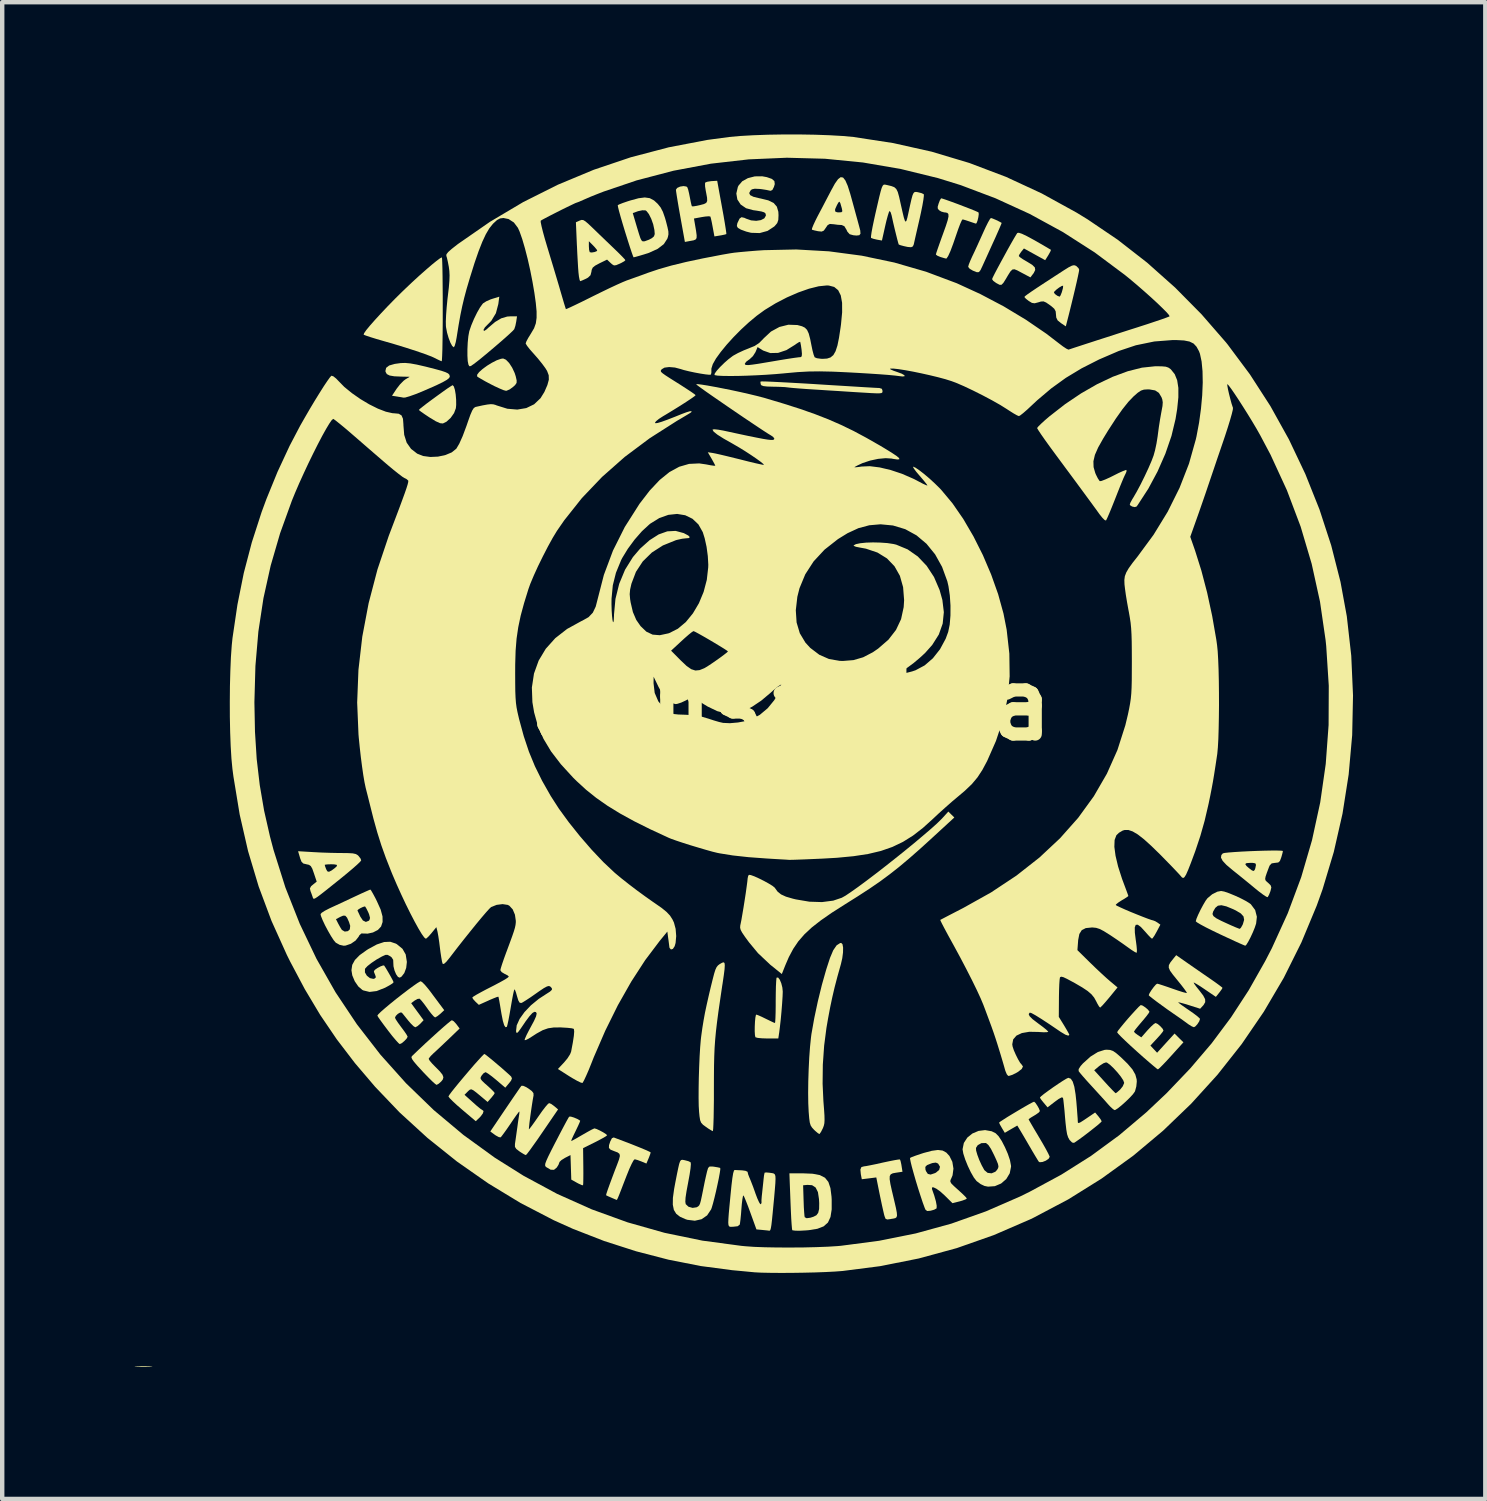
<source format=kicad_pcb>
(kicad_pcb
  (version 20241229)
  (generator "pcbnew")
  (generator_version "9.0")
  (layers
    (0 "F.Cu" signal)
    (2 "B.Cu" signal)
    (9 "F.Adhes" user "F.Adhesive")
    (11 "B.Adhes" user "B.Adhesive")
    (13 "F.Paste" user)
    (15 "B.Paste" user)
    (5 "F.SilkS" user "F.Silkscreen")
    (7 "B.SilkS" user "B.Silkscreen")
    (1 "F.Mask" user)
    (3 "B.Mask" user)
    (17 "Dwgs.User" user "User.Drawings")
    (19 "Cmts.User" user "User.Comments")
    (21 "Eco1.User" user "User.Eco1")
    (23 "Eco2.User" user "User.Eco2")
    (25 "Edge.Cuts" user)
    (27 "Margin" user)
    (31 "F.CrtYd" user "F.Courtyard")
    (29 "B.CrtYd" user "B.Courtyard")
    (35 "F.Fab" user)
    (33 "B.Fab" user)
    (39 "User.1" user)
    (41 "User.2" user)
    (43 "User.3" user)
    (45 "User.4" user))
  (footprint "adhsantifa"
    (layer "F.Cu")
    (at 14.897 12.922)
    (property "Reference" "adhsantifa" (at 0 0 0) (layer "F.SilkS") (effects (font (size 1.5 1.5) (thickness 0.3))))
    (attr board_only exclude_from_pos_files exclude_from_bom)
    (fp_poly (pts (xy -14.57 15.016) (xy -14.525 15.019) (xy -14.486 15.023) (xy -14.505 15.027) (xy -14.577 15.03) (xy -14.692 15.031) (xy -14.809 15.03) (xy -14.88 15.027) (xy -14.897 15.023) (xy -14.859 15.019) (xy -14.719 15.014)) (stroke (width 0) (type solid)) (fill yes) (layer "F.SilkS"))
    (fp_poly (pts (xy -7.652 -7.205) (xy -7.628 -7.129) (xy -7.61 -7.023) (xy -7.6 -6.903) (xy -7.599 -6.786) (xy -7.606 -6.712) (xy -7.647 -6.602) (xy -7.724 -6.493) (xy -7.819 -6.406) (xy -7.9 -6.366) (xy -7.963 -6.372) (xy -8.062 -6.416) (xy -8.202 -6.501) (xy -8.207 -6.504) (xy -8.312 -6.574) (xy -8.394 -6.631) (xy -8.44 -6.667) (xy -8.445 -6.673) (xy -8.421 -6.698) (xy -8.356 -6.75) (xy -8.261 -6.824) (xy -8.146 -6.909) (xy -8.024 -6.998) (xy -7.906 -7.083) (xy -7.802 -7.157) (xy -7.723 -7.209) (xy -7.681 -7.234) (xy -7.678 -7.234)) (stroke (width 0) (type solid)) (fill yes) (layer "F.SilkS"))
    (fp_poly (pts (xy -6.47 -7.812) (xy -6.398 -7.738) (xy -6.329 -7.632) (xy -6.272 -7.51) (xy -6.248 -7.435) (xy -6.227 -7.342) (xy -6.229 -7.286) (xy -6.26 -7.24) (xy -6.308 -7.195) (xy -6.385 -7.139) (xy -6.455 -7.109) (xy -6.469 -7.107) (xy -6.522 -7.121) (xy -6.616 -7.16) (xy -6.735 -7.215) (xy -6.811 -7.254) (xy -6.934 -7.319) (xy -7.036 -7.377) (xy -7.104 -7.418) (xy -7.123 -7.432) (xy -7.124 -7.471) (xy -7.079 -7.531) (xy -7.001 -7.601) (xy -6.9 -7.675) (xy -6.789 -7.743) (xy -6.68 -7.799) (xy -6.583 -7.833) (xy -6.534 -7.84)) (stroke (width 0) (type solid)) (fill yes) (layer "F.SilkS"))
    (fp_poly (pts (xy 4.572 -11.014) (xy 4.643 -10.984) (xy 4.717 -10.948) (xy 4.768 -10.92) (xy 4.773 -10.916) (xy 4.771 -10.904) (xy 4.757 -10.869) (xy 4.73 -10.805) (xy 4.687 -10.707) (xy 4.627 -10.571) (xy 4.545 -10.392) (xy 4.442 -10.164) (xy 4.338 -9.935) (xy 4.294 -9.843) (xy 4.259 -9.8) (xy 4.213 -9.797) (xy 4.138 -9.826) (xy 4.119 -9.834) (xy 4.05 -9.875) (xy 4.016 -9.917) (xy 4.016 -9.922) (xy 4.029 -9.971) (xy 4.063 -10.057) (xy 4.106 -10.153) (xy 4.158 -10.262) (xy 4.225 -10.408) (xy 4.298 -10.569) (xy 4.35 -10.684) (xy 4.411 -10.818) (xy 4.466 -10.928) (xy 4.508 -11.001) (xy 4.531 -11.027)) (stroke (width 0) (type solid)) (fill yes) (layer "F.SilkS"))
    (fp_poly (pts (xy -8.638 -7.728) (xy -8.49 -7.701) (xy -8.299 -7.657) (xy -8.267 -7.649) (xy -8.075 -7.6) (xy -7.936 -7.562) (xy -7.842 -7.53) (xy -7.784 -7.502) (xy -7.755 -7.474) (xy -7.745 -7.441) (xy -7.744 -7.428) (xy -7.76 -7.396) (xy -7.81 -7.356) (xy -7.903 -7.303) (xy -8.045 -7.234) (xy -8.135 -7.194) (xy -8.339 -7.105) (xy -8.515 -7.033) (xy -8.656 -6.983) (xy -8.753 -6.955) (xy -8.796 -6.952) (xy -8.835 -6.96) (xy -8.911 -6.972) (xy -8.933 -6.976) (xy -9.055 -6.995) (xy -8.952 -7.151) (xy -8.876 -7.249) (xy -8.795 -7.332) (xy -8.751 -7.366) (xy -8.653 -7.425) (xy -8.844 -7.429) (xy -9.003 -7.436) (xy -9.109 -7.454) (xy -9.172 -7.486) (xy -9.2 -7.536) (xy -9.204 -7.556) (xy -9.188 -7.628) (xy -9.119 -7.681) (xy -8.993 -7.717) (xy -8.857 -7.736) (xy -8.755 -7.739)) (stroke (width 0) (type solid)) (fill yes) (layer "F.SilkS"))
    (fp_poly (pts (xy -0.259 6.251) (xy -0.225 6.331) (xy -0.2 6.429) (xy -0.191 6.522) (xy -0.195 6.632) (xy -0.205 6.786) (xy -0.219 6.964) (xy -0.236 7.148) (xy -0.255 7.318) (xy -0.272 7.454) (xy -0.274 7.465) (xy -0.292 7.585) (xy -0.543 7.585) (xy -0.663 7.581) (xy -0.757 7.572) (xy -0.808 7.558) (xy -0.812 7.554) (xy -0.822 7.507) (xy -0.827 7.42) (xy -0.826 7.314) (xy -0.821 7.205) (xy -0.812 7.112) (xy -0.8 7.054) (xy -0.791 7.043) (xy -0.75 7.057) (xy -0.67 7.092) (xy -0.574 7.139) (xy -0.475 7.187) (xy -0.401 7.222) (xy -0.367 7.234) (xy -0.362 7.204) (xy -0.357 7.121) (xy -0.353 6.996) (xy -0.351 6.839) (xy -0.351 6.73) (xy -0.349 6.557) (xy -0.346 6.406) (xy -0.34 6.29) (xy -0.334 6.219) (xy -0.329 6.204) (xy -0.296 6.203)) (stroke (width 0) (type solid)) (fill yes) (layer "F.SilkS"))
    (fp_poly (pts (xy -7.655 7.194) (xy -7.601 7.252) (xy -7.591 7.265) (xy -7.521 7.359) (xy -7.758 7.587) (xy -7.873 7.696) (xy -7.984 7.801) (xy -8.074 7.885) (xy -8.109 7.916) (xy -8.176 7.982) (xy -8.217 8.034) (xy -8.222 8.049) (xy -8.201 8.087) (xy -8.145 8.153) (xy -8.076 8.224) (xy -7.971 8.33) (xy -7.91 8.406) (xy -7.889 8.464) (xy -7.902 8.514) (xy -7.938 8.56) (xy -7.998 8.613) (xy -8.043 8.637) (xy -8.045 8.637) (xy -8.078 8.614) (xy -8.145 8.554) (xy -8.236 8.463) (xy -8.343 8.352) (xy -8.362 8.331) (xy -8.479 8.204) (xy -8.556 8.114) (xy -8.599 8.053) (xy -8.614 8.014) (xy -8.605 7.988) (xy -8.601 7.984) (xy -8.453 7.842) (xy -8.3 7.698) (xy -8.149 7.56) (xy -8.008 7.432) (xy -7.885 7.323) (xy -7.787 7.239) (xy -7.721 7.186) (xy -7.696 7.171)) (stroke (width 0) (type solid)) (fill yes) (layer "F.SilkS"))
    (fp_poly (pts (xy 2.468 10.33) (xy 2.482 10.367) (xy 2.499 10.444) (xy 2.504 10.476) (xy 2.525 10.608) (xy 2.378 10.63) (xy 2.306 10.643) (xy 2.259 10.666) (xy 2.236 10.707) (xy 2.234 10.777) (xy 2.251 10.886) (xy 2.286 11.045) (xy 2.296 11.085) (xy 2.343 11.285) (xy 2.377 11.432) (xy 2.396 11.534) (xy 2.401 11.6) (xy 2.39 11.639) (xy 2.363 11.66) (xy 2.32 11.67) (xy 2.259 11.68) (xy 2.257 11.681) (xy 2.181 11.691) (xy 2.141 11.675) (xy 2.118 11.616) (xy 2.108 11.58) (xy 2.089 11.498) (xy 2.061 11.373) (xy 2.029 11.222) (xy 2.003 11.097) (xy 1.931 10.737) (xy 1.766 10.758) (xy 1.602 10.778) (xy 1.58 10.663) (xy 1.57 10.558) (xy 1.593 10.502) (xy 1.651 10.486) (xy 1.702 10.479) (xy 1.801 10.46) (xy 1.933 10.433) (xy 2.079 10.4) (xy 2.225 10.369) (xy 2.347 10.345) (xy 2.432 10.331) (xy 2.468 10.329)) (stroke (width 0) (type solid)) (fill yes) (layer "F.SilkS"))
    (fp_poly (pts (xy -0.566 -7.318) (xy -0.424 -7.312) (xy -0.24 -7.303) (xy -0.019 -7.291) (xy 0.232 -7.277) (xy 0.506 -7.261) (xy 0.627 -7.253) (xy 0.911 -7.235) (xy 1.177 -7.219) (xy 1.418 -7.204) (xy 1.627 -7.191) (xy 1.797 -7.181) (xy 1.92 -7.174) (xy 1.989 -7.171) (xy 2 -7.171) (xy 2.058 -7.152) (xy 2.072 -7.107) (xy 2.071 -7.083) (xy 2.065 -7.066) (xy 2.044 -7.055) (xy 2 -7.05) (xy 1.926 -7.05) (xy 1.812 -7.055) (xy 1.65 -7.065) (xy 1.45 -7.077) (xy 1.279 -7.088) (xy 1.067 -7.102) (xy 0.836 -7.116) (xy 0.61 -7.131) (xy 0.526 -7.136) (xy 0.342 -7.148) (xy 0.178 -7.16) (xy 0.044 -7.171) (xy -0.047 -7.18) (xy -0.08 -7.184) (xy -0.141 -7.191) (xy -0.245 -7.196) (xy -0.374 -7.2) (xy -0.407 -7.2) (xy -0.545 -7.204) (xy -0.63 -7.214) (xy -0.676 -7.232) (xy -0.69 -7.252) (xy -0.698 -7.304) (xy -0.692 -7.318) (xy -0.657 -7.32)) (stroke (width 0) (type solid)) (fill yes) (layer "F.SilkS"))
    (fp_poly (pts (xy -7.919 -10.104) (xy -7.915 -10.016) (xy -7.911 -9.879) (xy -7.908 -9.699) (xy -7.906 -9.484) (xy -7.904 -9.24) (xy -7.904 -8.974) (xy -7.904 -8.955) (xy -7.904 -8.688) (xy -7.906 -8.443) (xy -7.909 -8.225) (xy -7.912 -8.043) (xy -7.917 -7.903) (xy -7.922 -7.812) (xy -7.927 -7.778) (xy -7.928 -7.777) (xy -7.968 -7.793) (xy -8.041 -7.828) (xy -8.063 -7.84) (xy -8.16 -7.885) (xy -8.311 -7.942) (xy -8.508 -8.01) (xy -8.743 -8.086) (xy -9.008 -8.167) (xy -9.258 -8.239) (xy -9.412 -8.284) (xy -9.545 -8.325) (xy -9.643 -8.358) (xy -9.694 -8.378) (xy -9.698 -8.381) (xy -9.688 -8.413) (xy -9.639 -8.484) (xy -9.555 -8.586) (xy -9.442 -8.714) (xy -9.307 -8.861) (xy -9.155 -9.022) (xy -8.992 -9.189) (xy -8.823 -9.356) (xy -8.75 -9.426) (xy -8.595 -9.573) (xy -8.439 -9.716) (xy -8.291 -9.847) (xy -8.158 -9.962) (xy -8.047 -10.052) (xy -7.967 -10.112) (xy -7.925 -10.134) (xy -7.924 -10.135)) (stroke (width 0) (type solid)) (fill yes) (layer "F.SilkS"))
    (fp_poly (pts (xy 0.487 10.653) (xy 0.65 10.684) (xy 0.767 10.744) (xy 0.844 10.84) (xy 0.891 10.98) (xy 0.915 11.171) (xy 0.919 11.238) (xy 0.919 11.463) (xy 0.892 11.634) (xy 0.834 11.76) (xy 0.736 11.847) (xy 0.594 11.902) (xy 0.401 11.933) (xy 0.33 11.939) (xy 0.2 11.946) (xy 0.097 11.945) (xy 0.035 11.937) (xy 0.024 11.932) (xy 0.018 11.892) (xy 0.01 11.8) (xy 0.001 11.663) (xy -0.007 11.494) (xy -0.015 11.302) (xy -0.016 11.274) (xy -0.03 10.915) (xy 0.271 10.915) (xy 0.282 11.266) (xy 0.287 11.41) (xy 0.295 11.529) (xy 0.302 11.611) (xy 0.308 11.64) (xy 0.351 11.662) (xy 0.436 11.651) (xy 0.505 11.629) (xy 0.572 11.595) (xy 0.613 11.54) (xy 0.634 11.453) (xy 0.636 11.322) (xy 0.631 11.229) (xy 0.607 11.07) (xy 0.555 10.966) (xy 0.474 10.913) (xy 0.369 10.906) (xy 0.271 10.915) (xy -0.03 10.915) (xy -0.04 10.644) (xy 0.27 10.644)) (stroke (width 0) (type solid)) (fill yes) (layer "F.SilkS"))
    (fp_poly (pts (xy -6.643 -9.075) (xy -6.698 -8.867) (xy -6.803 -8.693) (xy -6.887 -8.608) (xy -6.948 -8.546) (xy -6.979 -8.49) (xy -6.979 -8.482) (xy -6.964 -8.465) (xy -6.916 -8.495) (xy -6.876 -8.532) (xy -6.718 -8.667) (xy -6.577 -8.751) (xy -6.442 -8.791) (xy -6.371 -8.796) (xy -6.219 -8.796) (xy -6.237 -8.676) (xy -6.256 -8.582) (xy -6.28 -8.509) (xy -6.283 -8.503) (xy -6.315 -8.467) (xy -6.386 -8.4) (xy -6.488 -8.308) (xy -6.611 -8.201) (xy -6.745 -8.086) (xy -6.881 -7.971) (xy -7.009 -7.865) (xy -7.121 -7.775) (xy -7.205 -7.711) (xy -7.211 -7.707) (xy -7.271 -7.667) (xy -7.301 -7.665) (xy -7.32 -7.699) (xy -7.321 -7.702) (xy -7.337 -7.78) (xy -7.344 -7.902) (xy -7.344 -8.049) (xy -7.337 -8.202) (xy -7.323 -8.343) (xy -7.303 -8.452) (xy -7.301 -8.461) (xy -7.256 -8.593) (xy -7.195 -8.738) (xy -7.126 -8.879) (xy -7.057 -9) (xy -6.998 -9.081) (xy -6.986 -9.093) (xy -6.917 -9.137) (xy -6.817 -9.181) (xy -6.771 -9.196) (xy -6.621 -9.242)) (stroke (width 0) (type solid)) (fill yes) (layer "F.SilkS"))
    (fp_poly (pts (xy -4.017 9.833) (xy -3.778 9.923) (xy -3.572 10.003) (xy -3.405 10.07) (xy -3.281 10.122) (xy -3.207 10.157) (xy -3.187 10.17) (xy -3.198 10.21) (xy -3.226 10.284) (xy -3.235 10.306) (xy -3.284 10.422) (xy -3.399 10.374) (xy -3.482 10.343) (xy -3.544 10.326) (xy -3.552 10.326) (xy -3.578 10.354) (xy -3.619 10.43) (xy -3.671 10.543) (xy -3.727 10.682) (xy -3.728 10.684) (xy -3.805 10.882) (xy -3.861 11.028) (xy -3.901 11.13) (xy -3.928 11.195) (xy -3.945 11.231) (xy -3.954 11.246) (xy -3.958 11.247) (xy -3.991 11.234) (xy -4.059 11.205) (xy -4.079 11.196) (xy -4.153 11.164) (xy -4.195 11.143) (xy -4.199 11.141) (xy -4.192 11.109) (xy -4.165 11.027) (xy -4.121 10.904) (xy -4.064 10.75) (xy -3.998 10.574) (xy -3.951 10.453) (xy -3.905 10.329) (xy -3.885 10.25) (xy -3.895 10.202) (xy -3.937 10.17) (xy -4.008 10.143) (xy -4.096 10.108) (xy -4.134 10.069) (xy -4.132 10.006) (xy -4.104 9.921) (xy -4.066 9.847) (xy -4.024 9.83)) (stroke (width 0) (type solid)) (fill yes) (layer "F.SilkS"))
    (fp_poly (pts (xy 1.164 5.446) (xy 1.178 5.523) (xy 1.176 5.634) (xy 1.159 5.765) (xy 1.129 5.896) (xy 1.049 6.181) (xy 0.985 6.426) (xy 0.932 6.653) (xy 0.884 6.881) (xy 0.837 7.131) (xy 0.8 7.346) (xy 0.748 7.747) (xy 0.718 8.178) (xy 0.713 8.611) (xy 0.731 9.004) (xy 0.746 9.196) (xy 0.755 9.335) (xy 0.757 9.435) (xy 0.753 9.507) (xy 0.741 9.562) (xy 0.722 9.614) (xy 0.716 9.627) (xy 0.677 9.704) (xy 0.646 9.748) (xy 0.639 9.752) (xy 0.605 9.732) (xy 0.545 9.681) (xy 0.519 9.656) (xy 0.473 9.606) (xy 0.442 9.557) (xy 0.422 9.491) (xy 0.409 9.394) (xy 0.397 9.249) (xy 0.388 9.057) (xy 0.385 8.821) (xy 0.388 8.558) (xy 0.397 8.285) (xy 0.41 8.017) (xy 0.428 7.772) (xy 0.449 7.567) (xy 0.459 7.489) (xy 0.524 7.123) (xy 0.605 6.742) (xy 0.697 6.367) (xy 0.796 6.018) (xy 0.881 5.757) (xy 0.954 5.584) (xy 1.031 5.472) (xy 1.11 5.421) (xy 1.135 5.418)) (stroke (width 0) (type solid)) (fill yes) (layer "F.SilkS"))
    (fp_poly (pts (xy 5.539 9.044) (xy 5.58 9.103) (xy 5.619 9.171) (xy 5.64 9.225) (xy 5.641 9.233) (xy 5.616 9.265) (xy 5.551 9.311) (xy 5.513 9.334) (xy 5.438 9.379) (xy 5.392 9.411) (xy 5.386 9.418) (xy 5.401 9.448) (xy 5.444 9.522) (xy 5.508 9.632) (xy 5.588 9.766) (xy 5.625 9.829) (xy 5.71 9.973) (xy 5.782 10.101) (xy 5.834 10.2) (xy 5.861 10.26) (xy 5.864 10.271) (xy 5.838 10.315) (xy 5.776 10.357) (xy 5.702 10.386) (xy 5.639 10.392) (xy 5.617 10.38) (xy 5.59 10.338) (xy 5.539 10.254) (xy 5.471 10.14) (xy 5.403 10.023) (xy 5.325 9.889) (xy 5.254 9.768) (xy 5.2 9.677) (xy 5.173 9.632) (xy 5.129 9.56) (xy 4.987 9.642) (xy 4.846 9.725) (xy 4.782 9.619) (xy 4.74 9.546) (xy 4.718 9.499) (xy 4.717 9.493) (xy 4.742 9.472) (xy 4.812 9.426) (xy 4.912 9.362) (xy 5.033 9.289) (xy 5.16 9.213) (xy 5.284 9.14) (xy 5.391 9.079) (xy 5.471 9.036) (xy 5.51 9.019) (xy 5.511 9.019)) (stroke (width 0) (type solid)) (fill yes) (layer "F.SilkS"))
    (fp_poly (pts (xy 5.235 -10.669) (xy 5.346 -10.616) (xy 5.503 -10.531) (xy 5.657 -10.443) (xy 5.762 -10.382) (xy 5.843 -10.334) (xy 5.888 -10.308) (xy 5.892 -10.305) (xy 5.884 -10.276) (xy 5.85 -10.213) (xy 5.833 -10.183) (xy 5.762 -10.07) (xy 5.521 -10.203) (xy 5.28 -10.336) (xy 5.221 -10.264) (xy 5.179 -10.203) (xy 5.163 -10.165) (xy 5.189 -10.138) (xy 5.257 -10.091) (xy 5.352 -10.035) (xy 5.354 -10.034) (xy 5.468 -9.964) (xy 5.527 -9.906) (xy 5.536 -9.848) (xy 5.502 -9.778) (xy 5.485 -9.756) (xy 5.427 -9.68) (xy 5.227 -9.786) (xy 5.13 -9.838) (xy 5.065 -9.864) (xy 5.018 -9.858) (xy 4.974 -9.815) (xy 4.919 -9.728) (xy 4.869 -9.643) (xy 4.813 -9.554) (xy 4.771 -9.512) (xy 4.726 -9.512) (xy 4.66 -9.547) (xy 4.645 -9.556) (xy 4.584 -9.601) (xy 4.558 -9.639) (xy 4.558 -9.641) (xy 4.572 -9.676) (xy 4.612 -9.757) (xy 4.672 -9.871) (xy 4.745 -10.007) (xy 4.826 -10.155) (xy 4.907 -10.304) (xy 4.985 -10.443) (xy 5.052 -10.56) (xy 5.102 -10.644) (xy 5.129 -10.686) (xy 5.13 -10.687) (xy 5.164 -10.692)) (stroke (width 0) (type solid)) (fill yes) (layer "F.SilkS"))
    (fp_poly (pts (xy 3.445 -11.462) (xy 3.531 -11.433) (xy 3.648 -11.391) (xy 3.784 -11.341) (xy 3.924 -11.287) (xy 4.054 -11.237) (xy 4.161 -11.194) (xy 4.231 -11.163) (xy 4.25 -11.153) (xy 4.255 -11.115) (xy 4.246 -11.045) (xy 4.228 -10.969) (xy 4.206 -10.913) (xy 4.192 -10.899) (xy 4.159 -10.909) (xy 4.087 -10.933) (xy 4.047 -10.947) (xy 3.96 -10.976) (xy 3.899 -10.993) (xy 3.887 -10.995) (xy 3.867 -10.967) (xy 3.833 -10.89) (xy 3.791 -10.779) (xy 3.758 -10.684) (xy 3.678 -10.451) (xy 3.613 -10.277) (xy 3.561 -10.163) (xy 3.525 -10.11) (xy 3.515 -10.106) (xy 3.47 -10.117) (xy 3.394 -10.14) (xy 3.386 -10.142) (xy 3.317 -10.171) (xy 3.283 -10.197) (xy 3.283 -10.2) (xy 3.293 -10.237) (xy 3.322 -10.323) (xy 3.365 -10.446) (xy 3.418 -10.595) (xy 3.443 -10.663) (xy 3.508 -10.844) (xy 3.55 -10.975) (xy 3.569 -11.062) (xy 3.566 -11.116) (xy 3.542 -11.143) (xy 3.497 -11.153) (xy 3.472 -11.154) (xy 3.407 -11.172) (xy 3.364 -11.197) (xy 3.328 -11.233) (xy 3.323 -11.28) (xy 3.345 -11.356) (xy 3.374 -11.431) (xy 3.4 -11.471) (xy 3.405 -11.473)) (stroke (width 0) (type solid)) (fill yes) (layer "F.SilkS"))
    (fp_poly (pts (xy 4.549 9.69) (xy 4.639 9.735) (xy 4.705 9.802) (xy 4.778 9.913) (xy 4.85 10.053) (xy 4.915 10.202) (xy 4.963 10.345) (xy 4.986 10.465) (xy 4.988 10.491) (xy 4.958 10.643) (xy 4.879 10.774) (xy 4.762 10.875) (xy 4.62 10.935) (xy 4.466 10.946) (xy 4.385 10.93) (xy 4.299 10.889) (xy 4.212 10.824) (xy 4.204 10.817) (xy 4.143 10.738) (xy 4.074 10.617) (xy 4.006 10.474) (xy 3.947 10.328) (xy 3.905 10.197) (xy 3.888 10.1) (xy 3.888 10.097) (xy 3.894 10.067) (xy 4.192 10.067) (xy 4.195 10.127) (xy 4.223 10.224) (xy 4.267 10.342) (xy 4.322 10.462) (xy 4.38 10.567) (xy 4.384 10.573) (xy 4.456 10.633) (xy 4.546 10.644) (xy 4.632 10.608) (xy 4.671 10.565) (xy 4.695 10.524) (xy 4.702 10.484) (xy 4.69 10.429) (xy 4.656 10.345) (xy 4.603 10.23) (xy 4.532 10.089) (xy 4.474 10.002) (xy 4.424 9.96) (xy 4.412 9.956) (xy 4.315 9.959) (xy 4.232 10.005) (xy 4.192 10.067) (xy 3.894 10.067) (xy 3.917 9.955) (xy 3.995 9.834) (xy 4.11 9.741) (xy 4.249 9.682) (xy 4.399 9.663)) (stroke (width 0) (type solid)) (fill yes) (layer "F.SilkS"))
    (fp_poly (pts (xy -1.512 5.873) (xy -1.506 5.923) (xy -1.511 6.012) (xy -1.528 6.148) (xy -1.556 6.339) (xy -1.563 6.38) (xy -1.611 6.706) (xy -1.651 6.981) (xy -1.682 7.216) (xy -1.706 7.422) (xy -1.724 7.613) (xy -1.737 7.798) (xy -1.745 7.99) (xy -1.75 8.2) (xy -1.752 8.44) (xy -1.753 8.721) (xy -1.753 8.74) (xy -1.753 8.979) (xy -1.756 9.195) (xy -1.759 9.381) (xy -1.764 9.53) (xy -1.769 9.633) (xy -1.775 9.683) (xy -1.777 9.687) (xy -1.814 9.669) (xy -1.885 9.625) (xy -1.933 9.591) (xy -2 9.542) (xy -2.041 9.497) (xy -2.065 9.439) (xy -2.079 9.351) (xy -2.089 9.25) (xy -2.097 9.116) (xy -2.1 8.932) (xy -2.099 8.713) (xy -2.095 8.474) (xy -2.087 8.23) (xy -2.077 7.994) (xy -2.064 7.78) (xy -2.049 7.605) (xy -2.041 7.537) (xy -2.015 7.349) (xy -1.987 7.176) (xy -1.955 7.001) (xy -1.914 6.808) (xy -1.862 6.579) (xy -1.826 6.427) (xy -1.781 6.245) (xy -1.747 6.114) (xy -1.719 6.025) (xy -1.692 5.967) (xy -1.662 5.929) (xy -1.626 5.901) (xy -1.613 5.893) (xy -1.565 5.866) (xy -1.532 5.857)) (stroke (width 0) (type solid)) (fill yes) (layer "F.SilkS"))
    (fp_poly (pts (xy 6.343 8.498) (xy 6.387 8.564) (xy 6.423 8.679) (xy 6.451 8.85) (xy 6.468 9.008) (xy 6.481 9.163) (xy 6.491 9.301) (xy 6.499 9.405) (xy 6.501 9.458) (xy 6.504 9.493) (xy 6.521 9.504) (xy 6.563 9.486) (xy 6.64 9.437) (xy 6.698 9.398) (xy 6.895 9.264) (xy 6.969 9.351) (xy 7.018 9.416) (xy 7.043 9.462) (xy 7.043 9.465) (xy 7.019 9.492) (xy 6.956 9.547) (xy 6.864 9.621) (xy 6.756 9.706) (xy 6.644 9.792) (xy 6.539 9.869) (xy 6.452 9.93) (xy 6.416 9.953) (xy 6.373 9.945) (xy 6.318 9.89) (xy 6.313 9.883) (xy 6.283 9.829) (xy 6.259 9.756) (xy 6.241 9.65) (xy 6.224 9.501) (xy 6.213 9.381) (xy 6.2 9.223) (xy 6.186 9.087) (xy 6.175 8.985) (xy 6.166 8.932) (xy 6.166 8.93) (xy 6.136 8.921) (xy 6.068 8.957) (xy 5.984 9.018) (xy 5.816 9.147) (xy 5.729 9.044) (xy 5.675 8.977) (xy 5.645 8.932) (xy 5.643 8.925) (xy 5.669 8.896) (xy 5.736 8.842) (xy 5.831 8.772) (xy 5.942 8.693) (xy 6.055 8.616) (xy 6.159 8.548) (xy 6.24 8.499) (xy 6.285 8.478) (xy 6.287 8.477)) (stroke (width 0) (type solid)) (fill yes) (layer "F.SilkS"))
    (fp_poly (pts (xy -4.719 -10.981) (xy -4.673 -10.955) (xy -4.606 -10.899) (xy -4.508 -10.806) (xy -4.484 -10.783) (xy -4.353 -10.656) (xy -4.202 -10.511) (xy -4.056 -10.371) (xy -4.008 -10.325) (xy -3.907 -10.227) (xy -3.826 -10.145) (xy -3.774 -10.089) (xy -3.761 -10.069) (xy -3.787 -10.045) (xy -3.853 -10.008) (xy -3.889 -9.991) (xy -3.97 -9.957) (xy -4.019 -9.951) (xy -4.061 -9.976) (xy -4.097 -10.008) (xy -4.176 -10.083) (xy -4.349 -9.999) (xy -4.447 -9.946) (xy -4.501 -9.902) (xy -4.525 -9.85) (xy -4.531 -9.809) (xy -4.552 -9.729) (xy -4.608 -9.675) (xy -4.653 -9.65) (xy -4.73 -9.615) (xy -4.78 -9.595) (xy -4.786 -9.594) (xy -4.799 -9.622) (xy -4.814 -9.697) (xy -4.825 -9.792) (xy -4.833 -9.898) (xy -4.842 -10.05) (xy -4.852 -10.228) (xy -4.859 -10.386) (xy -4.589 -10.386) (xy -4.584 -10.305) (xy -4.57 -10.254) (xy -4.568 -10.251) (xy -4.525 -10.244) (xy -4.459 -10.255) (xy -4.404 -10.279) (xy -4.4 -10.283) (xy -4.411 -10.311) (xy -4.457 -10.366) (xy -4.487 -10.398) (xy -4.589 -10.5) (xy -4.589 -10.386) (xy -4.859 -10.386) (xy -4.861 -10.415) (xy -4.863 -10.46) (xy -4.883 -10.93) (xy -4.798 -10.968) (xy -4.757 -10.983)) (stroke (width 0) (type solid)) (fill yes) (layer "F.SilkS"))
    (fp_poly (pts (xy -10.846 3.357) (xy -10.658 3.367) (xy -10.45 3.374) (xy -10.256 3.378) (xy -10.193 3.378) (xy -10.044 3.38) (xy -9.944 3.386) (xy -9.88 3.4) (xy -9.836 3.424) (xy -9.816 3.442) (xy -9.769 3.502) (xy -9.754 3.545) (xy -9.778 3.577) (xy -9.845 3.641) (xy -9.947 3.731) (xy -10.075 3.839) (xy -10.223 3.96) (xy -10.233 3.968) (xy -10.42 4.118) (xy -10.564 4.233) (xy -10.67 4.316) (xy -10.745 4.372) (xy -10.794 4.404) (xy -10.823 4.416) (xy -10.839 4.412) (xy -10.848 4.397) (xy -10.854 4.378) (xy -10.881 4.301) (xy -10.904 4.241) (xy -10.917 4.181) (xy -10.891 4.132) (xy -10.849 4.096) (xy -10.763 4.027) (xy -10.826 3.838) (xy -10.863 3.733) (xy -10.897 3.674) (xy -10.937 3.647) (xy -10.581 3.647) (xy -10.571 3.684) (xy -10.549 3.744) (xy -10.522 3.793) (xy -10.485 3.804) (xy -10.424 3.773) (xy -10.35 3.718) (xy -10.303 3.673) (xy -10.308 3.646) (xy -10.369 3.635) (xy -10.437 3.633) (xy -10.523 3.636) (xy -10.574 3.643) (xy -10.581 3.647) (xy -10.937 3.647) (xy -10.938 3.646) (xy -10.996 3.633) (xy -11.066 3.616) (xy -11.107 3.577) (xy -11.138 3.498) (xy -11.144 3.477) (xy -11.185 3.337)) (stroke (width 0) (type solid)) (fill yes) (layer "F.SilkS"))
    (fp_poly (pts (xy 1.177 -11.945) (xy 1.229 -11.879) (xy 1.283 -11.756) (xy 1.341 -11.572) (xy 1.379 -11.435) (xy 1.426 -11.264) (xy 1.469 -11.106) (xy 1.505 -10.975) (xy 1.529 -10.886) (xy 1.534 -10.868) (xy 1.567 -10.744) (xy 1.572 -10.67) (xy 1.545 -10.636) (xy 1.479 -10.629) (xy 1.408 -10.636) (xy 1.327 -10.659) (xy 1.276 -10.715) (xy 1.256 -10.758) (xy 1.207 -10.84) (xy 1.146 -10.868) (xy 1.139 -10.868) (xy 1.057 -10.873) (xy 0.959 -10.886) (xy 0.956 -10.886) (xy 0.877 -10.892) (xy 0.827 -10.865) (xy 0.786 -10.805) (xy 0.741 -10.741) (xy 0.692 -10.719) (xy 0.611 -10.727) (xy 0.611 -10.727) (xy 0.528 -10.745) (xy 0.474 -10.76) (xy 0.47 -10.762) (xy 0.474 -10.794) (xy 0.504 -10.869) (xy 0.554 -10.976) (xy 0.601 -11.069) (xy 0.658 -11.177) (xy 0.997 -11.177) (xy 1.039 -11.157) (xy 1.081 -11.154) (xy 1.14 -11.158) (xy 1.161 -11.18) (xy 1.151 -11.238) (xy 1.141 -11.274) (xy 1.115 -11.364) (xy 1.095 -11.398) (xy 1.071 -11.378) (xy 1.038 -11.318) (xy 0.997 -11.227) (xy 0.997 -11.177) (xy 0.658 -11.177) (xy 0.69 -11.237) (xy 0.79 -11.429) (xy 0.884 -11.608) (xy 0.909 -11.656) (xy 0.992 -11.807) (xy 1.063 -11.907) (xy 1.123 -11.953)) (stroke (width 0) (type solid)) (fill yes) (layer "F.SilkS"))
    (fp_poly (pts (xy 6.456 -9.944) (xy 6.467 -9.938) (xy 6.518 -9.889) (xy 6.533 -9.852) (xy 6.526 -9.805) (xy 6.506 -9.708) (xy 6.476 -9.572) (xy 6.438 -9.408) (xy 6.395 -9.228) (xy 6.35 -9.043) (xy 6.306 -8.865) (xy 6.286 -8.786) (xy 6.23 -8.569) (xy 6.118 -8.644) (xy 6.044 -8.705) (xy 6.013 -8.769) (xy 6.007 -8.835) (xy 6 -8.909) (xy 5.969 -8.967) (xy 5.9 -9.028) (xy 5.867 -9.052) (xy 5.783 -9.11) (xy 5.724 -9.135) (xy 5.666 -9.132) (xy 5.607 -9.114) (xy 5.522 -9.092) (xy 5.461 -9.101) (xy 5.389 -9.145) (xy 5.389 -9.145) (xy 5.325 -9.195) (xy 5.292 -9.232) (xy 5.291 -9.236) (xy 5.307 -9.255) (xy 5.358 -9.294) (xy 5.42 -9.337) (xy 5.96 -9.337) (xy 5.984 -9.302) (xy 6.037 -9.263) (xy 6.088 -9.243) (xy 6.09 -9.243) (xy 6.11 -9.27) (xy 6.137 -9.337) (xy 6.144 -9.36) (xy 6.165 -9.438) (xy 6.169 -9.486) (xy 6.168 -9.491) (xy 6.136 -9.484) (xy 6.078 -9.449) (xy 6.016 -9.402) (xy 5.97 -9.358) (xy 5.96 -9.337) (xy 5.42 -9.337) (xy 5.448 -9.357) (xy 5.579 -9.445) (xy 5.754 -9.56) (xy 5.978 -9.706) (xy 6.188 -9.842) (xy 6.297 -9.91) (xy 6.369 -9.946) (xy 6.417 -9.956)) (stroke (width 0) (type solid)) (fill yes) (layer "F.SilkS"))
    (fp_poly (pts (xy -1.569 -11.272) (xy -1.535 -11.085) (xy -1.507 -10.921) (xy -1.486 -10.789) (xy -1.473 -10.7) (xy -1.47 -10.662) (xy -1.471 -10.662) (xy -1.506 -10.651) (xy -1.582 -10.635) (xy -1.612 -10.63) (xy -1.741 -10.609) (xy -1.781 -10.824) (xy -1.802 -10.935) (xy -1.821 -11.019) (xy -1.833 -11.06) (xy -1.833 -11.06) (xy -1.869 -11.066) (xy -1.948 -11.06) (xy -2.026 -11.048) (xy -2.205 -11.015) (xy -2.183 -10.886) (xy -2.157 -10.733) (xy -2.144 -10.633) (xy -2.146 -10.571) (xy -2.169 -10.538) (xy -2.214 -10.52) (xy -2.286 -10.507) (xy -2.297 -10.505) (xy -2.411 -10.484) (xy -2.513 -11.05) (xy -2.546 -11.235) (xy -2.574 -11.401) (xy -2.596 -11.536) (xy -2.61 -11.63) (xy -2.614 -11.669) (xy -2.586 -11.709) (xy -2.52 -11.739) (xy -2.442 -11.751) (xy -2.377 -11.741) (xy -2.356 -11.724) (xy -2.337 -11.673) (xy -2.315 -11.58) (xy -2.298 -11.494) (xy -2.278 -11.392) (xy -2.261 -11.318) (xy -2.251 -11.291) (xy -2.215 -11.291) (xy -2.138 -11.304) (xy -2.067 -11.32) (xy -1.979 -11.343) (xy -1.927 -11.37) (xy -1.905 -11.413) (xy -1.908 -11.488) (xy -1.93 -11.607) (xy -1.938 -11.648) (xy -1.953 -11.744) (xy -1.954 -11.813) (xy -1.948 -11.832) (xy -1.903 -11.849) (xy -1.823 -11.862) (xy -1.801 -11.864) (xy -1.678 -11.871)) (stroke (width 0) (type solid)) (fill yes) (layer "F.SilkS"))
    (fp_poly (pts (xy -0.553 -11.954) (xy -0.439 -11.914) (xy -0.381 -11.865) (xy -0.372 -11.796) (xy -0.391 -11.732) (xy -0.426 -11.663) (xy -0.466 -11.644) (xy -0.494 -11.649) (xy -0.563 -11.664) (xy -0.665 -11.68) (xy -0.718 -11.686) (xy -0.827 -11.691) (xy -0.891 -11.677) (xy -0.921 -11.652) (xy -0.952 -11.593) (xy -0.931 -11.546) (xy -0.856 -11.508) (xy -0.722 -11.475) (xy -0.695 -11.47) (xy -0.519 -11.427) (xy -0.398 -11.368) (xy -0.325 -11.284) (xy -0.291 -11.168) (xy -0.287 -11.09) (xy -0.292 -10.983) (xy -0.316 -10.912) (xy -0.369 -10.849) (xy -0.385 -10.833) (xy -0.536 -10.734) (xy -0.715 -10.685) (xy -0.909 -10.691) (xy -1.02 -10.719) (xy -1.14 -10.763) (xy -1.208 -10.802) (xy -1.232 -10.845) (xy -1.222 -10.904) (xy -1.212 -10.928) (xy -1.17 -11.014) (xy -1.126 -11.045) (xy -1.062 -11.031) (xy -1.022 -11.012) (xy -0.909 -10.973) (xy -0.792 -10.963) (xy -0.687 -10.979) (xy -0.609 -11.019) (xy -0.574 -11.08) (xy -0.574 -11.09) (xy -0.581 -11.128) (xy -0.611 -11.155) (xy -0.675 -11.175) (xy -0.786 -11.194) (xy -0.86 -11.204) (xy -1.024 -11.249) (xy -1.146 -11.333) (xy -1.221 -11.447) (xy -1.244 -11.582) (xy -1.21 -11.729) (xy -1.195 -11.761) (xy -1.11 -11.86) (xy -0.982 -11.931) (xy -0.825 -11.971) (xy -0.657 -11.973)) (stroke (width 0) (type solid)) (fill yes) (layer "F.SilkS"))
    (fp_poly (pts (xy -3.208 -11.477) (xy -3.111 -11.425) (xy -3.028 -11.349) (xy -2.962 -11.267) (xy -2.91 -11.167) (xy -2.863 -11.032) (xy -2.84 -10.953) (xy -2.805 -10.816) (xy -2.786 -10.723) (xy -2.784 -10.655) (xy -2.796 -10.597) (xy -2.81 -10.556) (xy -2.889 -10.434) (xy -3.027 -10.328) (xy -3.225 -10.237) (xy -3.334 -10.202) (xy -3.445 -10.169) (xy -3.53 -10.145) (xy -3.573 -10.135) (xy -3.575 -10.135) (xy -3.588 -10.163) (xy -3.617 -10.244) (xy -3.658 -10.367) (xy -3.708 -10.523) (xy -3.764 -10.702) (xy -3.768 -10.715) (xy -3.823 -10.897) (xy -3.87 -11.058) (xy -3.892 -11.138) (xy -3.593 -11.138) (xy -3.496 -10.81) (xy -3.452 -10.665) (xy -3.421 -10.571) (xy -3.395 -10.519) (xy -3.369 -10.497) (xy -3.338 -10.497) (xy -3.317 -10.501) (xy -3.225 -10.535) (xy -3.159 -10.57) (xy -3.112 -10.611) (xy -3.095 -10.663) (xy -3.102 -10.752) (xy -3.102 -10.753) (xy -3.13 -10.884) (xy -3.175 -11.01) (xy -3.228 -11.116) (xy -3.282 -11.185) (xy -3.306 -11.2) (xy -3.376 -11.202) (xy -3.467 -11.183) (xy -3.48 -11.179) (xy -3.593 -11.138) (xy -3.892 -11.138) (xy -3.906 -11.188) (xy -3.928 -11.278) (xy -3.934 -11.317) (xy -3.933 -11.318) (xy -3.899 -11.336) (xy -3.818 -11.368) (xy -3.704 -11.407) (xy -3.646 -11.425) (xy -3.462 -11.475) (xy -3.321 -11.493)) (stroke (width 0) (type solid)) (fill yes) (layer "F.SilkS"))
    (fp_poly (pts (xy -2.441 10.341) (xy -2.412 10.347) (xy -2.332 10.368) (xy -2.281 10.393) (xy -2.281 10.393) (xy -2.275 10.435) (xy -2.283 10.531) (xy -2.304 10.673) (xy -2.337 10.852) (xy -2.374 11.051) (xy -2.396 11.195) (xy -2.401 11.29) (xy -2.392 11.342) (xy -2.392 11.343) (xy -2.329 11.402) (xy -2.236 11.428) (xy -2.144 11.414) (xy -2.135 11.409) (xy -2.107 11.392) (xy -2.085 11.369) (xy -2.067 11.329) (xy -2.048 11.261) (xy -2.025 11.153) (xy -1.993 10.995) (xy -1.99 10.979) (xy -1.962 10.84) (xy -1.933 10.708) (xy -1.91 10.61) (xy -1.908 10.601) (xy -1.884 10.522) (xy -1.852 10.49) (xy -1.79 10.489) (xy -1.748 10.494) (xy -1.665 10.508) (xy -1.614 10.52) (xy -1.609 10.523) (xy -1.608 10.559) (xy -1.621 10.644) (xy -1.643 10.764) (xy -1.673 10.906) (xy -1.706 11.056) (xy -1.741 11.202) (xy -1.774 11.329) (xy -1.802 11.424) (xy -1.816 11.462) (xy -1.907 11.598) (xy -2.033 11.685) (xy -2.185 11.719) (xy -2.355 11.698) (xy -2.4 11.683) (xy -2.521 11.629) (xy -2.607 11.562) (xy -2.661 11.474) (xy -2.685 11.356) (xy -2.683 11.201) (xy -2.655 10.999) (xy -2.629 10.858) (xy -2.591 10.664) (xy -2.562 10.524) (xy -2.54 10.429) (xy -2.52 10.372) (xy -2.499 10.344) (xy -2.474 10.337)) (stroke (width 0) (type solid)) (fill yes) (layer "F.SilkS"))
    (fp_poly (pts (xy 7.234 7.845) (xy 7.3 7.868) (xy 7.372 7.917) (xy 7.47 8.002) (xy 7.476 8.007) (xy 7.633 8.16) (xy 7.742 8.288) (xy 7.807 8.403) (xy 7.837 8.512) (xy 7.84 8.563) (xy 7.829 8.674) (xy 7.802 8.774) (xy 7.794 8.793) (xy 7.751 8.852) (xy 7.678 8.931) (xy 7.588 9.018) (xy 7.495 9.101) (xy 7.412 9.168) (xy 7.352 9.206) (xy 7.337 9.21) (xy 7.301 9.188) (xy 7.239 9.131) (xy 7.187 9.075) (xy 7.117 8.995) (xy 7.017 8.885) (xy 6.903 8.76) (xy 6.809 8.657) (xy 6.705 8.543) (xy 6.616 8.442) (xy 6.552 8.366) (xy 6.522 8.327) (xy 6.521 8.306) (xy 6.874 8.306) (xy 7.11 8.566) (xy 7.206 8.671) (xy 7.286 8.755) (xy 7.341 8.81) (xy 7.36 8.827) (xy 7.39 8.808) (xy 7.446 8.759) (xy 7.464 8.742) (xy 7.522 8.669) (xy 7.552 8.599) (xy 7.553 8.588) (xy 7.532 8.532) (xy 7.477 8.449) (xy 7.4 8.353) (xy 7.315 8.26) (xy 7.233 8.182) (xy 7.168 8.135) (xy 7.143 8.127) (xy 7.086 8.146) (xy 7.009 8.195) (xy 6.981 8.216) (xy 6.874 8.306) (xy 6.521 8.306) (xy 6.521 8.28) (xy 6.565 8.211) (xy 6.618 8.151) (xy 6.791 7.995) (xy 6.958 7.891) (xy 7.113 7.843) (xy 7.158 7.84)) (stroke (width 0) (type solid)) (fill yes) (layer "F.SilkS"))
    (fp_poly (pts (xy 7.972 6.839) (xy 8.034 6.88) (xy 8.092 6.93) (xy 8.125 6.973) (xy 8.127 6.98) (xy 8.107 7.015) (xy 8.055 7.084) (xy 7.98 7.175) (xy 7.951 7.208) (xy 7.871 7.303) (xy 7.81 7.378) (xy 7.779 7.424) (xy 7.776 7.43) (xy 7.8 7.46) (xy 7.858 7.503) (xy 7.86 7.505) (xy 7.943 7.559) (xy 8.085 7.397) (xy 8.163 7.315) (xy 8.228 7.256) (xy 8.267 7.234) (xy 8.314 7.256) (xy 8.374 7.307) (xy 8.426 7.364) (xy 8.445 7.405) (xy 8.425 7.438) (xy 8.372 7.504) (xy 8.298 7.586) (xy 8.297 7.587) (xy 8.149 7.746) (xy 8.225 7.827) (xy 8.301 7.908) (xy 8.499 7.69) (xy 8.697 7.473) (xy 8.797 7.573) (xy 8.898 7.672) (xy 8.62 7.979) (xy 8.515 8.094) (xy 8.424 8.189) (xy 8.357 8.256) (xy 8.321 8.285) (xy 8.319 8.286) (xy 8.289 8.266) (xy 8.22 8.209) (xy 8.119 8.123) (xy 7.993 8.014) (xy 7.852 7.888) (xy 7.845 7.882) (xy 7.704 7.754) (xy 7.581 7.639) (xy 7.483 7.544) (xy 7.419 7.477) (xy 7.394 7.444) (xy 7.394 7.444) (xy 7.414 7.409) (xy 7.468 7.34) (xy 7.544 7.247) (xy 7.634 7.141) (xy 7.728 7.035) (xy 7.814 6.941) (xy 7.883 6.868) (xy 7.926 6.83) (xy 7.931 6.827)) (stroke (width 0) (type solid)) (fill yes) (layer "F.SilkS"))
    (fp_poly (pts (xy 9.826 4.253) (xy 9.936 4.291) (xy 10.067 4.345) (xy 10.201 4.407) (xy 10.32 4.469) (xy 10.407 4.524) (xy 10.428 4.541) (xy 10.525 4.671) (xy 10.564 4.824) (xy 10.547 4.977) (xy 10.516 5.071) (xy 10.471 5.181) (xy 10.419 5.293) (xy 10.368 5.39) (xy 10.326 5.458) (xy 10.301 5.481) (xy 10.266 5.467) (xy 10.183 5.431) (xy 10.061 5.376) (xy 9.91 5.306) (xy 9.738 5.226) (xy 9.728 5.221) (xy 9.557 5.139) (xy 9.407 5.064) (xy 9.288 5) (xy 9.209 4.953) (xy 9.179 4.928) (xy 9.178 4.927) (xy 9.193 4.871) (xy 9.232 4.778) (xy 9.24 4.762) (xy 9.557 4.762) (xy 9.579 4.809) (xy 9.643 4.858) (xy 9.755 4.916) (xy 9.848 4.959) (xy 9.975 5.017) (xy 10.082 5.063) (xy 10.153 5.091) (xy 10.176 5.098) (xy 10.203 5.072) (xy 10.24 5.007) (xy 10.248 4.987) (xy 10.275 4.893) (xy 10.261 4.817) (xy 10.201 4.75) (xy 10.088 4.682) (xy 10.024 4.651) (xy 9.871 4.588) (xy 9.759 4.562) (xy 9.68 4.573) (xy 9.623 4.62) (xy 9.615 4.632) (xy 9.572 4.706) (xy 9.557 4.762) (xy 9.24 4.762) (xy 9.286 4.666) (xy 9.346 4.554) (xy 9.402 4.459) (xy 9.444 4.403) (xy 9.55 4.314) (xy 9.667 4.255) (xy 9.753 4.239)) (stroke (width 0) (type solid)) (fill yes) (layer "F.SilkS"))
    (fp_poly (pts (xy 11.115 3.325) (xy 11.154 3.331) (xy 11.154 3.333) (xy 11.146 3.375) (xy 11.125 3.452) (xy 11.117 3.478) (xy 11.087 3.558) (xy 11.049 3.593) (xy 10.981 3.601) (xy 10.978 3.601) (xy 10.9 3.613) (xy 10.855 3.66) (xy 10.839 3.697) (xy 10.79 3.828) (xy 10.761 3.913) (xy 10.752 3.966) (xy 10.761 3.999) (xy 10.788 4.028) (xy 10.821 4.056) (xy 10.876 4.11) (xy 10.892 4.159) (xy 10.875 4.231) (xy 10.87 4.248) (xy 10.839 4.327) (xy 10.811 4.376) (xy 10.807 4.38) (xy 10.774 4.367) (xy 10.704 4.321) (xy 10.608 4.249) (xy 10.53 4.186) (xy 10.385 4.066) (xy 10.219 3.931) (xy 10.061 3.804) (xy 10.015 3.767) (xy 9.875 3.649) (xy 9.855 3.628) (xy 10.3 3.628) (xy 10.328 3.671) (xy 10.381 3.718) (xy 10.454 3.774) (xy 10.495 3.785) (xy 10.518 3.754) (xy 10.529 3.721) (xy 10.544 3.647) (xy 10.529 3.612) (xy 10.471 3.602) (xy 10.421 3.601) (xy 10.33 3.607) (xy 10.3 3.628) (xy 9.855 3.628) (xy 9.788 3.556) (xy 9.75 3.483) (xy 9.758 3.424) (xy 9.792 3.386) (xy 9.833 3.376) (xy 9.924 3.366) (xy 10.054 3.356) (xy 10.212 3.346) (xy 10.387 3.337) (xy 10.567 3.33) (xy 10.741 3.325) (xy 10.898 3.322) (xy 11.026 3.322)) (stroke (width 0) (type solid)) (fill yes) (layer "F.SilkS"))
    (fp_poly (pts (xy -8.968 5.433) (xy -8.945 5.446) (xy -8.817 5.551) (xy -8.744 5.679) (xy -8.718 5.844) (xy -8.718 5.854) (xy -8.733 5.985) (xy -8.776 6.101) (xy -8.838 6.181) (xy -8.879 6.205) (xy -8.919 6.189) (xy -8.962 6.128) (xy -8.998 6.042) (xy -9.021 5.948) (xy -9.024 5.891) (xy -9.028 5.801) (xy -9.064 5.744) (xy -9.095 5.72) (xy -9.153 5.689) (xy -9.203 5.689) (xy -9.277 5.722) (xy -9.28 5.723) (xy -9.404 5.793) (xy -9.519 5.87) (xy -9.611 5.942) (xy -9.663 5.998) (xy -9.668 6.009) (xy -9.669 6.086) (xy -9.625 6.161) (xy -9.555 6.216) (xy -9.477 6.233) (xy -9.452 6.227) (xy -9.42 6.197) (xy -9.434 6.15) (xy -9.46 6.086) (xy -9.465 6.057) (xy -9.441 6.026) (xy -9.383 5.986) (xy -9.314 5.949) (xy -9.256 5.928) (xy -9.233 5.93) (xy -9.189 5.998) (xy -9.136 6.088) (xy -9.083 6.181) (xy -9.041 6.259) (xy -9.02 6.306) (xy -9.019 6.31) (xy -9.045 6.337) (xy -9.115 6.381) (xy -9.212 6.434) (xy -9.215 6.435) (xy -9.403 6.509) (xy -9.564 6.529) (xy -9.704 6.495) (xy -9.727 6.484) (xy -9.819 6.405) (xy -9.9 6.287) (xy -9.956 6.153) (xy -9.975 6.036) (xy -9.957 5.915) (xy -9.896 5.804) (xy -9.788 5.694) (xy -9.626 5.578) (xy -9.593 5.557) (xy -9.399 5.452) (xy -9.236 5.397) (xy -9.094 5.391)) (stroke (width 0) (type solid)) (fill yes) (layer "F.SilkS"))
    (fp_poly (pts (xy -4.928 9.378) (xy -4.85 9.411) (xy -4.789 9.448) (xy -4.786 9.45) (xy -4.795 9.48) (xy -4.827 9.553) (xy -4.875 9.654) (xy -4.89 9.685) (xy -4.941 9.79) (xy -4.977 9.869) (xy -4.99 9.909) (xy -4.989 9.911) (xy -4.956 9.896) (xy -4.883 9.856) (xy -4.781 9.797) (xy -4.731 9.768) (xy -4.619 9.704) (xy -4.528 9.654) (xy -4.47 9.627) (xy -4.46 9.625) (xy -4.413 9.639) (xy -4.34 9.673) (xy -4.262 9.715) (xy -4.2 9.755) (xy -4.175 9.78) (xy -4.202 9.803) (xy -4.273 9.845) (xy -4.377 9.901) (xy -4.447 9.937) (xy -4.72 10.072) (xy -4.715 10.487) (xy -4.714 10.643) (xy -4.715 10.774) (xy -4.717 10.869) (xy -4.721 10.913) (xy -4.722 10.915) (xy -4.755 10.909) (xy -4.822 10.878) (xy -4.861 10.857) (xy -4.988 10.786) (xy -4.997 10.508) (xy -5.006 10.23) (xy -5.132 10.294) (xy -5.209 10.342) (xy -5.254 10.385) (xy -5.259 10.398) (xy -5.278 10.45) (xy -5.318 10.513) (xy -5.38 10.564) (xy -5.455 10.562) (xy -5.551 10.506) (xy -5.556 10.503) (xy -5.575 10.484) (xy -5.582 10.459) (xy -5.576 10.418) (xy -5.552 10.354) (xy -5.509 10.259) (xy -5.442 10.124) (xy -5.349 9.942) (xy -5.338 9.922) (xy -5.25 9.752) (xy -5.171 9.602) (xy -5.106 9.48) (xy -5.059 9.396) (xy -5.037 9.359) (xy -5.037 9.359) (xy -4.998 9.357)) (stroke (width 0) (type solid)) (fill yes) (layer "F.SilkS"))
    (fp_poly (pts (xy -6.929 7.955) (xy -6.863 8.007) (xy -6.772 8.081) (xy -6.668 8.169) (xy -6.562 8.259) (xy -6.467 8.343) (xy -6.392 8.41) (xy -6.351 8.45) (xy -6.35 8.452) (xy -6.334 8.492) (xy -6.355 8.543) (xy -6.399 8.599) (xy -6.485 8.701) (xy -6.691 8.525) (xy -6.789 8.445) (xy -6.872 8.384) (xy -6.925 8.352) (xy -6.934 8.35) (xy -6.978 8.374) (xy -7.021 8.425) (xy -7.044 8.466) (xy -7.044 8.501) (xy -7.014 8.543) (xy -6.947 8.607) (xy -6.897 8.65) (xy -6.813 8.727) (xy -6.752 8.788) (xy -6.726 8.821) (xy -6.725 8.823) (xy -6.745 8.858) (xy -6.793 8.919) (xy -6.806 8.934) (xy -6.886 9.025) (xy -7.031 8.903) (xy -7.138 8.814) (xy -7.208 8.761) (xy -7.253 8.739) (xy -7.287 8.745) (xy -7.321 8.773) (xy -7.338 8.79) (xy -7.41 8.863) (xy -7.218 9.035) (xy -7.127 9.116) (xy -7.052 9.177) (xy -7.008 9.207) (xy -7.003 9.209) (xy -6.978 9.231) (xy -6.993 9.284) (xy -7.043 9.352) (xy -7.067 9.378) (xy -7.155 9.461) (xy -7.463 9.2) (xy -7.581 9.098) (xy -7.678 9.008) (xy -7.745 8.94) (xy -7.774 8.901) (xy -7.774 8.899) (xy -7.755 8.866) (xy -7.702 8.794) (xy -7.622 8.694) (xy -7.523 8.573) (xy -7.413 8.442) (xy -7.3 8.309) (xy -7.192 8.183) (xy -7.095 8.075) (xy -7.019 7.992) (xy -6.971 7.944) (xy -6.959 7.936)) (stroke (width 0) (type solid)) (fill yes) (layer "F.SilkS"))
    (fp_poly (pts (xy -6.081 8.658) (xy -6.01 8.689) (xy -5.962 8.719) (xy -5.882 8.778) (xy -5.846 8.826) (xy -5.844 8.88) (xy -5.846 8.889) (xy -5.862 8.977) (xy -5.881 9.097) (xy -5.901 9.232) (xy -5.92 9.369) (xy -5.936 9.492) (xy -5.946 9.588) (xy -5.95 9.64) (xy -5.949 9.646) (xy -5.929 9.625) (xy -5.88 9.561) (xy -5.811 9.465) (xy -5.734 9.354) (xy -5.65 9.234) (xy -5.575 9.136) (xy -5.519 9.072) (xy -5.491 9.051) (xy -5.443 9.07) (xy -5.377 9.118) (xy -5.371 9.123) (xy -5.288 9.194) (xy -5.642 9.712) (xy -5.751 9.871) (xy -5.85 10.01) (xy -5.93 10.122) (xy -5.988 10.198) (xy -6.017 10.23) (xy -6.018 10.23) (xy -6.056 10.214) (xy -6.125 10.172) (xy -6.16 10.149) (xy -6.235 10.092) (xy -6.266 10.043) (xy -6.266 9.979) (xy -6.264 9.965) (xy -6.252 9.884) (xy -6.235 9.764) (xy -6.216 9.629) (xy -6.213 9.609) (xy -6.196 9.481) (xy -6.18 9.374) (xy -6.169 9.306) (xy -6.168 9.298) (xy -6.164 9.251) (xy -6.169 9.242) (xy -6.19 9.267) (xy -6.24 9.334) (xy -6.308 9.432) (xy -6.372 9.527) (xy -6.453 9.645) (xy -6.523 9.742) (xy -6.572 9.807) (xy -6.591 9.828) (xy -6.632 9.822) (xy -6.7 9.785) (xy -6.722 9.77) (xy -6.825 9.694) (xy -6.484 9.189) (xy -6.376 9.03) (xy -6.28 8.889) (xy -6.201 8.774) (xy -6.146 8.694) (xy -6.119 8.658) (xy -6.119 8.658)) (stroke (width 0) (type solid)) (fill yes) (layer "F.SilkS"))
    (fp_poly (pts (xy 3.434 10.127) (xy 3.519 10.173) (xy 3.59 10.25) (xy 3.656 10.383) (xy 3.681 10.538) (xy 3.661 10.689) (xy 3.634 10.754) (xy 3.613 10.799) (xy 3.611 10.835) (xy 3.635 10.877) (xy 3.694 10.935) (xy 3.785 11.017) (xy 3.876 11.1) (xy 3.946 11.168) (xy 3.981 11.209) (xy 3.984 11.215) (xy 3.956 11.235) (xy 3.884 11.262) (xy 3.821 11.28) (xy 3.659 11.321) (xy 3.478 11.142) (xy 3.381 11.055) (xy 3.296 10.994) (xy 3.23 10.962) (xy 3.194 10.964) (xy 3.195 11.003) (xy 3.246 11.149) (xy 3.283 11.279) (xy 3.301 11.379) (xy 3.299 11.436) (xy 3.295 11.441) (xy 3.244 11.469) (xy 3.164 11.492) (xy 3.163 11.492) (xy 3.089 11.499) (xy 3.05 11.474) (xy 3.03 11.431) (xy 2.983 11.302) (xy 2.932 11.148) (xy 2.878 10.98) (xy 2.826 10.809) (xy 2.779 10.645) (xy 2.739 10.501) (xy 2.738 10.498) (xy 3.043 10.498) (xy 3.046 10.558) (xy 3.058 10.594) (xy 3.1 10.657) (xy 3.163 10.672) (xy 3.259 10.64) (xy 3.284 10.628) (xy 3.357 10.566) (xy 3.376 10.495) (xy 3.336 10.427) (xy 3.332 10.422) (xy 3.281 10.4) (xy 3.207 10.41) (xy 3.173 10.421) (xy 3.081 10.458) (xy 3.043 10.498) (xy 2.738 10.498) (xy 2.711 10.387) (xy 2.697 10.315) (xy 2.697 10.295) (xy 2.738 10.274) (xy 2.825 10.242) (xy 2.943 10.202) (xy 3.005 10.182) (xy 3.189 10.133) (xy 3.328 10.114)) (stroke (width 0) (type solid)) (fill yes) (layer "F.SilkS"))
    (fp_poly (pts (xy 3.633 2.505) (xy 3.701 2.572) (xy 3.205 3.028) (xy 2.926 3.282) (xy 2.679 3.499) (xy 2.453 3.689) (xy 2.236 3.86) (xy 2.016 4.023) (xy 1.78 4.185) (xy 1.517 4.356) (xy 1.226 4.539) (xy 0.924 4.731) (xy 0.674 4.905) (xy 0.468 5.066) (xy 0.299 5.224) (xy 0.161 5.383) (xy 0.046 5.553) (xy -0.053 5.739) (xy -0.132 5.922) (xy -0.212 6.123) (xy -0.475 5.911) (xy -0.752 5.65) (xy -0.956 5.404) (xy -1.05 5.276) (xy -1.111 5.186) (xy -1.145 5.123) (xy -1.158 5.073) (xy -1.155 5.023) (xy -1.147 4.985) (xy -1.129 4.896) (xy -1.107 4.767) (xy -1.081 4.613) (xy -1.055 4.448) (xy -1.03 4.286) (xy -1.01 4.141) (xy -0.995 4.029) (xy -0.988 3.962) (xy -0.988 3.956) (xy -0.975 3.895) (xy -0.957 3.873) (xy -0.916 3.878) (xy -0.835 3.907) (xy -0.729 3.955) (xy -0.615 4.012) (xy -0.508 4.071) (xy -0.422 4.124) (xy -0.373 4.164) (xy -0.369 4.17) (xy -0.309 4.253) (xy -0.229 4.317) (xy -0.118 4.368) (xy 0.04 4.414) (xy 0.107 4.43) (xy 0.413 4.482) (xy 0.699 4.491) (xy 0.954 4.458) (xy 1.147 4.393) (xy 1.233 4.345) (xy 1.359 4.26) (xy 1.52 4.146) (xy 1.708 4.007) (xy 1.915 3.85) (xy 2.134 3.68) (xy 2.358 3.503) (xy 2.581 3.324) (xy 2.794 3.15) (xy 2.99 2.985) (xy 3.163 2.837) (xy 3.305 2.71) (xy 3.408 2.609) (xy 3.432 2.584) (xy 3.565 2.438)) (stroke (width 0) (type solid)) (fill yes) (layer "F.SilkS"))
    (fp_poly (pts (xy -8.369 6.308) (xy -8.308 6.369) (xy -8.233 6.459) (xy -8.206 6.493) (xy -8.118 6.611) (xy -8.032 6.726) (xy -7.966 6.815) (xy -7.958 6.825) (xy -7.87 6.943) (xy -7.958 7.025) (xy -8.024 7.078) (xy -8.073 7.106) (xy -8.079 7.106) (xy -8.111 7.082) (xy -8.168 7.017) (xy -8.238 6.925) (xy -8.254 6.901) (xy -8.326 6.802) (xy -8.388 6.725) (xy -8.427 6.684) (xy -8.431 6.682) (xy -8.479 6.689) (xy -8.543 6.726) (xy -8.62 6.784) (xy -8.549 6.882) (xy -8.478 6.979) (xy -8.408 7.074) (xy -8.408 7.075) (xy -8.338 7.17) (xy -8.413 7.25) (xy -8.475 7.304) (xy -8.524 7.33) (xy -8.527 7.33) (xy -8.566 7.307) (xy -8.628 7.246) (xy -8.686 7.179) (xy -8.755 7.093) (xy -8.809 7.026) (xy -8.833 6.998) (xy -8.869 6.996) (xy -8.923 7.027) (xy -8.969 7.073) (xy -8.987 7.114) (xy -8.969 7.152) (xy -8.921 7.225) (xy -8.853 7.318) (xy -8.844 7.33) (xy -8.774 7.424) (xy -8.723 7.5) (xy -8.701 7.543) (xy -8.7 7.545) (xy -8.723 7.588) (xy -8.776 7.644) (xy -8.836 7.693) (xy -8.879 7.712) (xy -8.91 7.688) (xy -8.969 7.623) (xy -9.05 7.527) (xy -9.14 7.411) (xy -9.232 7.289) (xy -9.309 7.184) (xy -9.364 7.106) (xy -9.387 7.067) (xy -9.367 7.038) (xy -9.306 6.978) (xy -9.211 6.895) (xy -9.094 6.797) (xy -8.962 6.69) (xy -8.825 6.583) (xy -8.693 6.482) (xy -8.575 6.395) (xy -8.48 6.329) (xy -8.418 6.292) (xy -8.404 6.287)) (stroke (width 0) (type solid)) (fill yes) (layer "F.SilkS"))
    (fp_poly (pts (xy 2.154 -11.779) (xy 2.178 -11.774) (xy 2.273 -11.751) (xy 2.339 -11.726) (xy 2.384 -11.685) (xy 2.418 -11.617) (xy 2.448 -11.51) (xy 2.482 -11.357) (xy 2.524 -11.17) (xy 2.555 -11.04) (xy 2.579 -10.966) (xy 2.598 -10.943) (xy 2.616 -10.967) (xy 2.636 -11.036) (xy 2.659 -11.139) (xy 2.699 -11.325) (xy 2.729 -11.456) (xy 2.753 -11.543) (xy 2.776 -11.593) (xy 2.8 -11.615) (xy 2.83 -11.619) (xy 2.87 -11.613) (xy 2.877 -11.611) (xy 2.957 -11.591) (xy 3.007 -11.567) (xy 3.008 -11.567) (xy 3.01 -11.529) (xy 2.999 -11.439) (xy 2.976 -11.307) (xy 2.943 -11.145) (xy 2.916 -11.021) (xy 2.875 -10.843) (xy 2.838 -10.682) (xy 2.808 -10.55) (xy 2.788 -10.46) (xy 2.781 -10.429) (xy 2.761 -10.383) (xy 2.72 -10.364) (xy 2.644 -10.37) (xy 2.556 -10.389) (xy 2.482 -10.409) (xy 2.441 -10.425) (xy 2.44 -10.426) (xy 2.429 -10.46) (xy 2.407 -10.541) (xy 2.379 -10.653) (xy 2.347 -10.783) (xy 2.316 -10.915) (xy 2.29 -11.033) (xy 2.279 -11.083) (xy 2.258 -11.153) (xy 2.235 -11.186) (xy 2.233 -11.186) (xy 2.216 -11.157) (xy 2.191 -11.078) (xy 2.16 -10.963) (xy 2.134 -10.851) (xy 2.059 -10.516) (xy 1.946 -10.536) (xy 1.865 -10.555) (xy 1.814 -10.574) (xy 1.811 -10.577) (xy 1.811 -10.613) (xy 1.823 -10.7) (xy 1.847 -10.829) (xy 1.88 -10.987) (xy 1.91 -11.123) (xy 1.961 -11.345) (xy 2 -11.512) (xy 2.03 -11.631) (xy 2.054 -11.711) (xy 2.076 -11.759) (xy 2.097 -11.781) (xy 2.123 -11.785)) (stroke (width 0) (type solid)) (fill yes) (layer "F.SilkS"))
    (fp_poly (pts (xy -9.525 4.233) (xy -9.484 4.304) (xy -9.429 4.407) (xy -9.398 4.47) (xy -9.312 4.661) (xy -9.27 4.816) (xy -9.268 4.943) (xy -9.303 5.046) (xy -9.375 5.123) (xy -9.486 5.18) (xy -9.609 5.207) (xy -9.674 5.204) (xy -9.749 5.203) (xy -9.793 5.241) (xy -9.809 5.272) (xy -9.879 5.362) (xy -9.986 5.436) (xy -10.106 5.477) (xy -10.15 5.481) (xy -10.242 5.461) (xy -10.331 5.411) (xy -10.332 5.41) (xy -10.378 5.355) (xy -10.439 5.261) (xy -10.507 5.143) (xy -10.574 5.017) (xy -10.629 4.9) (xy -10.638 4.878) (xy -10.326 4.878) (xy -10.274 4.981) (xy -10.23 5.061) (xy -10.193 5.12) (xy -10.19 5.123) (xy -10.127 5.16) (xy -10.055 5.15) (xy -10.012 5.11) (xy -10.003 5.03) (xy -10.03 4.943) (xy -10.074 4.845) (xy -10.114 4.8) (xy -10.164 4.799) (xy -10.227 4.826) (xy -10.326 4.878) (xy -10.638 4.878) (xy -10.666 4.808) (xy -10.676 4.763) (xy -10.649 4.733) (xy -10.578 4.687) (xy -10.568 4.682) (xy -9.839 4.682) (xy -9.82 4.721) (xy -9.786 4.794) (xy -9.774 4.82) (xy -9.715 4.908) (xy -9.648 4.941) (xy -9.582 4.915) (xy -9.567 4.899) (xy -9.553 4.85) (xy -9.575 4.767) (xy -9.593 4.724) (xy -9.632 4.644) (xy -9.661 4.596) (xy -9.669 4.589) (xy -9.715 4.602) (xy -9.776 4.631) (xy -9.825 4.663) (xy -9.839 4.682) (xy -10.568 4.682) (xy -10.475 4.634) (xy -10.445 4.62) (xy -10.315 4.56) (xy -10.151 4.484) (xy -9.981 4.404) (xy -9.887 4.36) (xy -9.756 4.299) (xy -9.647 4.25) (xy -9.572 4.217) (xy -9.545 4.207)) (stroke (width 0) (type solid)) (fill yes) (layer "F.SilkS"))
    (fp_poly (pts (xy -1.227 10.571) (xy -1.138 10.575) (xy -1.115 10.576) (xy -1.036 10.587) (xy -0.991 10.608) (xy -0.988 10.616) (xy -0.976 10.667) (xy -0.946 10.744) (xy -0.942 10.751) (xy -0.91 10.83) (xy -0.865 10.946) (xy -0.818 11.077) (xy -0.811 11.099) (xy -0.768 11.212) (xy -0.729 11.298) (xy -0.701 11.343) (xy -0.696 11.346) (xy -0.673 11.321) (xy -0.673 11.306) (xy -0.674 11.253) (xy -0.667 11.162) (xy -0.659 11.091) (xy -0.645 10.96) (xy -0.631 10.829) (xy -0.626 10.779) (xy -0.616 10.692) (xy -0.604 10.636) (xy -0.6 10.628) (xy -0.563 10.624) (xy -0.488 10.631) (xy -0.468 10.634) (xy -0.425 10.64) (xy -0.393 10.649) (xy -0.371 10.668) (xy -0.358 10.705) (xy -0.355 10.769) (xy -0.359 10.868) (xy -0.37 11.01) (xy -0.387 11.202) (xy -0.4 11.336) (xy -0.42 11.549) (xy -0.436 11.707) (xy -0.449 11.818) (xy -0.461 11.889) (xy -0.473 11.929) (xy -0.486 11.945) (xy -0.501 11.945) (xy -0.546 11.939) (xy -0.628 11.931) (xy -0.657 11.928) (xy -0.788 11.916) (xy -0.923 11.543) (xy -0.976 11.398) (xy -1.024 11.276) (xy -1.061 11.187) (xy -1.081 11.145) (xy -1.082 11.145) (xy -1.094 11.163) (xy -1.107 11.233) (xy -1.12 11.343) (xy -1.128 11.441) (xy -1.139 11.582) (xy -1.151 11.701) (xy -1.162 11.784) (xy -1.168 11.809) (xy -1.214 11.844) (xy -1.31 11.855) (xy -1.353 11.857) (xy -1.386 11.856) (xy -1.408 11.846) (xy -1.422 11.818) (xy -1.427 11.764) (xy -1.424 11.679) (xy -1.415 11.552) (xy -1.399 11.378) (xy -1.377 11.148) (xy -1.376 11.138) (xy -1.354 10.916) (xy -1.334 10.753) (xy -1.316 10.643) (xy -1.298 10.583) (xy -1.283 10.568)) (stroke (width 0) (type solid)) (fill yes) (layer "F.SilkS"))
    (fp_poly (pts (xy 8.996 5.878) (xy 9.15 5.985) (xy 9.325 6.106) (xy 9.487 6.218) (xy 9.521 6.241) (xy 9.632 6.319) (xy 9.719 6.383) (xy 9.773 6.425) (xy 9.784 6.438) (xy 9.766 6.47) (xy 9.721 6.532) (xy 9.709 6.547) (xy 9.634 6.641) (xy 9.387 6.473) (xy 9.28 6.401) (xy 9.193 6.347) (xy 9.14 6.318) (xy 9.13 6.316) (xy 9.143 6.344) (xy 9.188 6.407) (xy 9.256 6.492) (xy 9.26 6.497) (xy 9.347 6.611) (xy 9.39 6.694) (xy 9.392 6.761) (xy 9.355 6.825) (xy 9.339 6.843) (xy 9.277 6.91) (xy 9.032 6.832) (xy 8.918 6.797) (xy 8.829 6.773) (xy 8.782 6.763) (xy 8.778 6.763) (xy 8.799 6.784) (xy 8.862 6.831) (xy 8.956 6.897) (xy 9.022 6.942) (xy 9.131 7.018) (xy 9.216 7.083) (xy 9.266 7.129) (xy 9.274 7.142) (xy 9.256 7.197) (xy 9.213 7.263) (xy 9.164 7.315) (xy 9.135 7.329) (xy 9.089 7.311) (xy 9.016 7.266) (xy 8.982 7.241) (xy 8.897 7.179) (xy 8.824 7.127) (xy 8.807 7.115) (xy 8.675 7.024) (xy 8.537 6.928) (xy 8.403 6.831) (xy 8.284 6.744) (xy 8.189 6.671) (xy 8.128 6.622) (xy 8.111 6.603) (xy 8.129 6.558) (xy 8.172 6.489) (xy 8.225 6.417) (xy 8.274 6.361) (xy 8.302 6.342) (xy 8.344 6.352) (xy 8.431 6.38) (xy 8.55 6.42) (xy 8.649 6.455) (xy 8.78 6.5) (xy 8.887 6.534) (xy 8.957 6.552) (xy 8.977 6.554) (xy 8.963 6.526) (xy 8.916 6.459) (xy 8.843 6.364) (xy 8.762 6.264) (xy 8.659 6.137) (xy 8.594 6.047) (xy 8.565 5.979) (xy 8.568 5.92) (xy 8.603 5.858) (xy 8.666 5.778) (xy 8.671 5.772) (xy 8.734 5.695)) (stroke (width 0) (type solid)) (fill yes) (layer "F.SilkS"))
    (fp_poly (pts (xy 8.409 -7.662) (xy 8.497 -7.654) (xy 8.556 -7.634) (xy 8.604 -7.601) (xy 8.617 -7.588) (xy 8.701 -7.483) (xy 8.756 -7.346) (xy 8.783 -7.173) (xy 8.783 -6.958) (xy 8.756 -6.694) (xy 8.719 -6.467) (xy 8.627 -6.084) (xy 8.489 -5.682) (xy 8.311 -5.277) (xy 8.101 -4.886) (xy 7.866 -4.524) (xy 7.836 -4.482) (xy 7.794 -4.469) (xy 7.734 -4.482) (xy 7.688 -4.511) (xy 7.681 -4.528) (xy 7.696 -4.571) (xy 7.737 -4.646) (xy 7.766 -4.693) (xy 7.84 -4.821) (xy 7.928 -4.986) (xy 8.019 -5.17) (xy 8.105 -5.354) (xy 8.176 -5.519) (xy 8.221 -5.638) (xy 8.254 -5.757) (xy 8.287 -5.912) (xy 8.313 -6.074) (xy 8.319 -6.122) (xy 8.341 -6.287) (xy 8.368 -6.459) (xy 8.394 -6.606) (xy 8.4 -6.638) (xy 8.423 -6.762) (xy 8.429 -6.846) (xy 8.418 -6.913) (xy 8.4 -6.962) (xy 8.341 -7.06) (xy 8.256 -7.116) (xy 8.129 -7.138) (xy 8.084 -7.139) (xy 8.002 -7.134) (xy 7.935 -7.112) (xy 7.863 -7.064) (xy 7.77 -6.983) (xy 7.651 -6.859) (xy 7.517 -6.692) (xy 7.365 -6.477) (xy 7.191 -6.209) (xy 7.079 -6.026) (xy 6.964 -5.822) (xy 6.89 -5.654) (xy 6.856 -5.508) (xy 6.86 -5.375) (xy 6.898 -5.243) (xy 6.913 -5.207) (xy 6.955 -5.123) (xy 6.992 -5.067) (xy 7.002 -5.057) (xy 7.041 -5.063) (xy 7.122 -5.094) (xy 7.233 -5.144) (xy 7.311 -5.183) (xy 7.43 -5.243) (xy 7.528 -5.287) (xy 7.59 -5.31) (xy 7.606 -5.312) (xy 7.606 -5.275) (xy 7.591 -5.238) (xy 7.566 -5.187) (xy 7.538 -5.126) (xy 7.504 -5.044) (xy 7.458 -4.932) (xy 7.397 -4.778) (xy 7.329 -4.605) (xy 7.268 -4.453) (xy 7.214 -4.322) (xy 7.171 -4.224) (xy 7.145 -4.171) (xy 7.141 -4.165) (xy 7.111 -4.175) (xy 7.058 -4.228) (xy 6.994 -4.308) (xy 6.958 -4.358) (xy 6.919 -4.413) (xy 6.871 -4.478) (xy 6.813 -4.558) (xy 6.74 -4.657) (xy 6.648 -4.782) (xy 6.534 -4.937) (xy 6.394 -5.127) (xy 6.224 -5.356) (xy 6.02 -5.632) (xy 5.978 -5.689) (xy 5.859 -5.851) (xy 5.754 -5.997) (xy 5.669 -6.119) (xy 5.61 -6.208) (xy 5.581 -6.257) (xy 5.579 -6.262) (xy 5.603 -6.294) (xy 5.666 -6.357) (xy 5.759 -6.442) (xy 5.862 -6.53) (xy 6.215 -6.805) (xy 6.576 -7.048) (xy 6.938 -7.256) (xy 7.294 -7.425) (xy 7.636 -7.551) (xy 7.957 -7.632) (xy 8.25 -7.663) (xy 8.275 -7.664)) (stroke (width 0) (type solid)) (fill yes) (layer "F.SilkS"))
    (fp_poly (pts (xy -2.028 -7.247) (xy -1.896 -7.226) (xy -1.731 -7.196) (xy -1.545 -7.16) (xy -1.346 -7.12) (xy -1.146 -7.077) (xy -0.953 -7.033) (xy -0.779 -6.991) (xy -0.632 -6.953) (xy -0.59 -6.941) (xy -0.166 -6.814) (xy 0.207 -6.695) (xy 0.54 -6.578) (xy 0.845 -6.459) (xy 1.133 -6.333) (xy 1.416 -6.196) (xy 1.705 -6.041) (xy 2.012 -5.866) (xy 2.114 -5.805) (xy 2.28 -5.703) (xy 2.391 -5.629) (xy 2.449 -5.58) (xy 2.453 -5.553) (xy 2.407 -5.549) (xy 2.311 -5.563) (xy 2.279 -5.57) (xy 2.142 -5.579) (xy 1.972 -5.563) (xy 1.79 -5.524) (xy 1.621 -5.468) (xy 1.586 -5.452) (xy 1.501 -5.412) (xy 1.446 -5.382) (xy 1.434 -5.373) (xy 1.462 -5.372) (xy 1.535 -5.38) (xy 1.597 -5.389) (xy 1.784 -5.397) (xy 2.008 -5.369) (xy 2.257 -5.31) (xy 2.515 -5.224) (xy 2.77 -5.113) (xy 2.892 -5.05) (xy 2.989 -4.999) (xy 3.06 -4.967) (xy 3.091 -4.958) (xy 3.091 -4.959) (xy 3.072 -4.99) (xy 3.019 -5.056) (xy 2.944 -5.145) (xy 2.912 -5.182) (xy 2.835 -5.273) (xy 2.783 -5.344) (xy 2.763 -5.382) (xy 2.766 -5.386) (xy 2.817 -5.365) (xy 2.903 -5.307) (xy 3.013 -5.222) (xy 3.136 -5.118) (xy 3.26 -5.004) (xy 3.377 -4.889) (xy 3.403 -4.861) (xy 3.658 -4.556) (xy 3.904 -4.2) (xy 4.136 -3.803) (xy 4.349 -3.379) (xy 4.537 -2.938) (xy 4.695 -2.493) (xy 4.816 -2.055) (xy 4.888 -1.689) (xy 4.949 -1.145) (xy 4.956 -0.63) (xy 4.909 -0.133) (xy 4.806 0.353) (xy 4.645 0.837) (xy 4.445 1.291) (xy 4.337 1.493) (xy 4.227 1.661) (xy 4.1 1.813) (xy 3.942 1.964) (xy 3.793 2.09) (xy 3.656 2.205) (xy 3.497 2.345) (xy 3.335 2.491) (xy 3.218 2.601) (xy 2.988 2.809) (xy 2.763 2.983) (xy 2.536 3.125) (xy 2.296 3.24) (xy 2.035 3.331) (xy 1.744 3.4) (xy 1.415 3.45) (xy 1.038 3.486) (xy 0.708 3.505) (xy 0.501 3.514) (xy 0.313 3.522) (xy 0.154 3.528) (xy 0.034 3.532) (xy -0.037 3.533) (xy -0.048 3.533) (xy -0.102 3.529) (xy -0.206 3.523) (xy -0.346 3.515) (xy -0.51 3.505) (xy -0.558 3.502) (xy -0.968 3.472) (xy -1.324 3.433) (xy -1.622 3.385) (xy -1.673 3.375) (xy -1.78 3.349) (xy -1.926 3.308) (xy -2.096 3.258) (xy -2.276 3.204) (xy -2.45 3.149) (xy -2.603 3.098) (xy -2.721 3.056) (xy -2.773 3.035) (xy -3.194 2.84) (xy -3.563 2.656) (xy -3.885 2.479) (xy -4.168 2.305) (xy -4.421 2.128) (xy -4.652 1.943) (xy -4.867 1.746) (xy -4.946 1.668) (xy -5.224 1.364) (xy -5.447 1.073) (xy -5.619 0.786) (xy -5.746 0.494) (xy -5.831 0.188) (xy -5.87 -0.043) (xy -5.882 -0.377) (xy -5.867 -0.474) (xy -3.122 -0.474) (xy -3.096 -0.254) (xy -3.014 -0.063) (xy -2.874 0.102) (xy -2.79 0.169) (xy -2.731 0.203) (xy -2.66 0.225) (xy -2.558 0.236) (xy -2.41 0.241) (xy -2.408 0.241) (xy -2.212 0.252) (xy -2.045 0.28) (xy -1.88 0.329) (xy -1.752 0.371) (xy -1.636 0.405) (xy -1.553 0.424) (xy -1.546 0.426) (xy -1.39 0.433) (xy -1.207 0.417) (xy -1.024 0.383) (xy -0.905 0.347) (xy -0.712 0.244) (xy -0.532 0.093) (xy -0.382 -0.091) (xy -0.321 -0.198) (xy -0.271 -0.303) (xy -0.236 -0.39) (xy -0.223 -0.438) (xy -0.244 -0.437) (xy -0.302 -0.398) (xy -0.388 -0.328) (xy -0.475 -0.25) (xy -0.68 -0.078) (xy -0.886 0.06) (xy -1.083 0.158) (xy -1.258 0.211) (xy -1.287 0.215) (xy -1.477 0.212) (xy -1.676 0.16) (xy -1.893 0.056) (xy -1.992 -0.004) (xy -2.241 -0.164) (xy -2.392 -0.082) (xy -2.493 -0.035) (xy -2.586 -0.005) (xy -2.623 0) (xy -2.728 -0.031) (xy -2.836 -0.121) (xy -2.941 -0.266) (xy -3.01 -0.393) (xy -3.12 -0.621) (xy -3.122 -0.474) (xy -5.867 -0.474) (xy -5.834 -0.693) (xy -5.728 -0.987) (xy -5.593 -1.212) (xy -2.724 -1.212) (xy -2.502 -0.988) (xy -2.373 -0.866) (xy -2.267 -0.792) (xy -2.173 -0.762) (xy -2.078 -0.771) (xy -1.969 -0.815) (xy -1.966 -0.817) (xy -1.906 -0.852) (xy -1.818 -0.91) (xy -1.716 -0.98) (xy -1.613 -1.053) (xy -1.523 -1.12) (xy -1.459 -1.17) (xy -1.434 -1.195) (xy -1.434 -1.195) (xy -1.46 -1.216) (xy -1.529 -1.261) (xy -1.63 -1.323) (xy -1.749 -1.395) (xy -1.876 -1.47) (xy -1.999 -1.541) (xy -2.104 -1.6) (xy -2.18 -1.641) (xy -2.215 -1.656) (xy -2.215 -1.656) (xy -2.251 -1.635) (xy -2.321 -1.579) (xy -2.414 -1.498) (xy -2.485 -1.433) (xy -2.724 -1.212) (xy -5.593 -1.212) (xy -5.567 -1.255) (xy -5.351 -1.496) (xy -5.083 -1.705) (xy -4.765 -1.88) (xy -4.735 -1.894) (xy -4.597 -1.972) (xy -4.5 -2.073) (xy -4.434 -2.211) (xy -4.419 -2.269) (xy -4.076 -2.269) (xy -4.072 -2.122) (xy -4.064 -2.001) (xy -4.054 -1.913) (xy -4.043 -1.863) (xy -4.033 -1.858) (xy -4.024 -1.903) (xy -4.019 -2.005) (xy -4.019 -2.03) (xy -3.986 -2.386) (xy -3.901 -2.729) (xy -3.768 -3.049) (xy -3.59 -3.335) (xy -3.428 -3.525) (xy -3.212 -3.718) (xy -3.006 -3.849) (xy -2.81 -3.919) (xy -2.621 -3.929) (xy -2.437 -3.879) (xy -2.429 -3.875) (xy -2.335 -3.825) (xy -2.299 -3.788) (xy -2.323 -3.766) (xy -2.385 -3.761) (xy -2.473 -3.751) (xy -2.582 -3.727) (xy -2.616 -3.718) (xy -2.91 -3.599) (xy -3.161 -3.438) (xy -3.366 -3.237) (xy -3.521 -3.001) (xy -3.623 -2.733) (xy -3.653 -2.602) (xy -3.663 -2.494) (xy -3.653 -2.377) (xy -3.641 -2.304) (xy -3.59 -2.087) (xy -3.514 -1.91) (xy -3.416 -1.769) (xy -3.286 -1.644) (xy -3.143 -1.576) (xy -2.98 -1.563) (xy -2.788 -1.604) (xy -2.763 -1.612) (xy -2.57 -1.71) (xy -2.39 -1.861) (xy -2.23 -2.057) (xy -2.187 -2.129) (xy 0.105 -2.129) (xy 0.123 -1.852) (xy 0.196 -1.607) (xy 0.323 -1.395) (xy 0.433 -1.275) (xy 0.639 -1.119) (xy 0.858 -1.023) (xy 1.101 -0.981) (xy 1.175 -0.979) (xy 1.413 -0.998) (xy 1.633 -1.062) (xy 1.852 -1.176) (xy 1.973 -1.259) (xy 2.206 -1.461) (xy 2.378 -1.683) (xy 2.493 -1.927) (xy 2.552 -2.199) (xy 2.562 -2.358) (xy 2.539 -2.653) (xy 2.466 -2.911) (xy 2.343 -3.128) (xy 2.173 -3.305) (xy 1.957 -3.438) (xy 1.696 -3.526) (xy 1.553 -3.552) (xy 1.469 -3.569) (xy 1.421 -3.589) (xy 1.417 -3.6) (xy 1.467 -3.628) (xy 1.565 -3.649) (xy 1.7 -3.663) (xy 1.857 -3.668) (xy 2.021 -3.664) (xy 2.18 -3.653) (xy 2.32 -3.632) (xy 2.383 -3.617) (xy 2.641 -3.51) (xy 2.872 -3.349) (xy 3.073 -3.138) (xy 3.24 -2.883) (xy 3.367 -2.588) (xy 3.43 -2.362) (xy 3.463 -2.086) (xy 3.437 -1.826) (xy 3.349 -1.578) (xy 3.199 -1.341) (xy 3.037 -1.159) (xy 2.915 -1.047) (xy 2.778 -0.932) (xy 2.654 -0.84) (xy 2.643 -0.832) (xy 2.545 -0.766) (xy 2.495 -0.727) (xy 2.487 -0.708) (xy 2.516 -0.702) (xy 2.545 -0.701) (xy 2.629 -0.712) (xy 2.742 -0.741) (xy 2.822 -0.768) (xy 3.026 -0.877) (xy 3.214 -1.039) (xy 3.376 -1.244) (xy 3.505 -1.483) (xy 3.562 -1.638) (xy 3.596 -1.802) (xy 3.613 -2.007) (xy 3.614 -2.234) (xy 3.599 -2.464) (xy 3.568 -2.675) (xy 3.542 -2.787) (xy 3.423 -3.113) (xy 3.265 -3.397) (xy 3.07 -3.637) (xy 2.843 -3.828) (xy 2.588 -3.968) (xy 2.309 -4.052) (xy 2.027 -4.079) (xy 1.773 -4.057) (xy 1.528 -3.992) (xy 1.279 -3.877) (xy 1.06 -3.742) (xy 0.756 -3.503) (xy 0.509 -3.237) (xy 0.32 -2.945) (xy 0.189 -2.629) (xy 0.14 -2.435) (xy 0.105 -2.129) (xy -2.187 -2.129) (xy -2.093 -2.288) (xy -1.986 -2.545) (xy -1.914 -2.818) (xy -1.882 -3.099) (xy -1.88 -3.164) (xy -1.891 -3.358) (xy -1.919 -3.567) (xy -1.962 -3.762) (xy -2.005 -3.9) (xy -2.104 -4.076) (xy -2.239 -4.204) (xy -2.403 -4.284) (xy -2.587 -4.314) (xy -2.786 -4.293) (xy -2.99 -4.221) (xy -3.194 -4.095) (xy -3.221 -4.073) (xy -3.385 -3.922) (xy -3.552 -3.731) (xy -3.706 -3.522) (xy -3.831 -3.317) (xy -3.857 -3.267) (xy -3.975 -2.979) (xy -4.046 -2.695) (xy -4.075 -2.39) (xy -4.076 -2.269) (xy -4.419 -2.269) (xy -4.396 -2.358) (xy -4.249 -2.93) (xy -4.042 -3.483) (xy -3.774 -4.018) (xy -3.445 -4.536) (xy -3.44 -4.544) (xy -3.209 -4.844) (xy -2.984 -5.083) (xy -2.762 -5.263) (xy -2.54 -5.384) (xy -2.316 -5.449) (xy -2.086 -5.46) (xy -1.933 -5.438) (xy -1.828 -5.418) (xy -1.751 -5.407) (xy -1.721 -5.408) (xy -1.721 -5.408) (xy -1.736 -5.441) (xy -1.774 -5.511) (xy -1.806 -5.568) (xy -1.891 -5.713) (xy -1.782 -5.697) (xy -1.715 -5.684) (xy -1.599 -5.658) (xy -1.448 -5.622) (xy -1.273 -5.579) (xy -1.151 -5.549) (xy -0.978 -5.505) (xy -0.829 -5.469) (xy -0.712 -5.443) (xy -0.639 -5.428) (xy -0.618 -5.426) (xy -0.635 -5.45) (xy -0.696 -5.5) (xy -0.791 -5.569) (xy -0.91 -5.65) (xy -1.042 -5.736) (xy -1.178 -5.82) (xy -1.307 -5.895) (xy -1.331 -5.909) (xy -1.531 -6.022) (xy -1.673 -6.112) (xy -1.757 -6.179) (xy -1.783 -6.222) (xy -1.779 -6.23) (xy -1.74 -6.234) (xy -1.655 -6.225) (xy -1.541 -6.205) (xy -1.508 -6.198) (xy -1.212 -6.134) (xy -0.973 -6.083) (xy -0.784 -6.045) (xy -0.639 -6.017) (xy -0.534 -6) (xy -0.461 -5.992) (xy -0.416 -5.993) (xy -0.392 -6.001) (xy -0.383 -6.016) (xy -0.382 -6.022) (xy -0.407 -6.059) (xy -0.457 -6.094) (xy -0.52 -6.132) (xy -0.621 -6.197) (xy -0.754 -6.285) (xy -0.911 -6.39) (xy -1.084 -6.506) (xy -1.266 -6.63) (xy -1.449 -6.755) (xy -1.626 -6.877) (xy -1.79 -6.99) (xy -1.932 -7.089) (xy -2.045 -7.17) (xy -2.122 -7.227) (xy -2.155 -7.254) (xy -2.156 -7.256) (xy -2.118 -7.258)) (stroke (width 0) (type solid)) (fill yes) (layer "F.SilkS"))
    (fp_poly (pts (xy 0.189 -12.922) (xy 0.543 -12.916) (xy 0.876 -12.904) (xy 1.173 -12.887) (xy 1.412 -12.865) (xy 2.312 -12.727) (xy 3.188 -12.531) (xy 4.042 -12.275) (xy 4.873 -11.96) (xy 5.684 -11.584) (xy 6.476 -11.148) (xy 6.724 -10.996) (xy 7.408 -10.533) (xy 8.073 -10.015) (xy 8.709 -9.449) (xy 9.308 -8.843) (xy 9.863 -8.205) (xy 9.9 -8.159) (xy 10.406 -7.48) (xy 10.871 -6.76) (xy 11.291 -6.004) (xy 11.663 -5.22) (xy 11.984 -4.416) (xy 12.251 -3.597) (xy 12.461 -2.772) (xy 12.604 -1.993) (xy 12.705 -1.097) (xy 12.745 -0.197) (xy 12.726 0.703) (xy 12.646 1.598) (xy 12.507 2.483) (xy 12.309 3.353) (xy 12.054 4.202) (xy 11.921 4.573) (xy 11.574 5.406) (xy 11.174 6.209) (xy 10.721 6.979) (xy 10.219 7.713) (xy 9.669 8.409) (xy 9.074 9.064) (xy 8.436 9.677) (xy 7.758 10.245) (xy 7.04 10.764) (xy 6.287 11.234) (xy 5.5 11.65) (xy 5.419 11.689) (xy 4.599 12.044) (xy 3.757 12.34) (xy 2.895 12.575) (xy 2.016 12.75) (xy 1.166 12.859) (xy 0.994 12.872) (xy 0.78 12.883) (xy 0.536 12.892) (xy 0.275 12.898) (xy 0.011 12.902) (xy -0.245 12.903) (xy -0.479 12.901) (xy -0.679 12.897) (xy -0.831 12.889) (xy -0.86 12.886) (xy -0.937 12.879) (xy -1.06 12.867) (xy -1.209 12.853) (xy -1.339 12.841) (xy -2.051 12.747) (xy -2.782 12.603) (xy -3.518 12.412) (xy -4.245 12.178) (xy -4.949 11.904) (xy -5.385 11.708) (xy -6.139 11.317) (xy -6.873 10.871) (xy -7.58 10.377) (xy -8.252 9.839) (xy -8.881 9.264) (xy -9.436 8.683) (xy -9.895 8.144) (xy -10.307 7.605) (xy -10.684 7.05) (xy -11.033 6.466) (xy -11.367 5.836) (xy -11.44 5.689) (xy -11.788 4.918) (xy -12.08 4.136) (xy -12.32 3.334) (xy -12.51 2.505) (xy -12.652 1.641) (xy -12.675 1.466) (xy -12.697 1.236) (xy -12.714 0.955) (xy -12.726 0.636) (xy -12.733 0.293) (xy -12.734 -0.032) (xy -12.176 -0.032) (xy -12.163 0.628) (xy -12.124 1.246) (xy -12.055 1.836) (xy -11.956 2.416) (xy -11.823 3.002) (xy -11.742 3.308) (xy -11.473 4.16) (xy -11.147 4.984) (xy -10.768 5.777) (xy -10.335 6.538) (xy -9.851 7.263) (xy -9.317 7.952) (xy -8.736 8.601) (xy -8.108 9.209) (xy -7.435 9.773) (xy -6.719 10.292) (xy -6.071 10.699) (xy -5.311 11.109) (xy -4.524 11.461) (xy -3.71 11.756) (xy -2.873 11.993) (xy -2.012 12.171) (xy -1.131 12.289) (xy -1.036 12.298) (xy -0.84 12.312) (xy -0.596 12.321) (xy -0.318 12.326) (xy -0.021 12.327) (xy 0.28 12.325) (xy 0.569 12.318) (xy 0.833 12.308) (xy 1.055 12.294) (xy 1.131 12.287) (xy 1.994 12.174) (xy 2.826 12.007) (xy 3.633 11.785) (xy 4.419 11.506) (xy 5.193 11.169) (xy 5.408 11.063) (xy 6.126 10.675) (xy 6.8 10.25) (xy 7.44 9.781) (xy 8.056 9.26) (xy 8.514 8.828) (xy 9.053 8.264) (xy 9.538 7.695) (xy 9.977 7.107) (xy 10.379 6.49) (xy 10.752 5.831) (xy 10.903 5.539) (xy 11.265 4.744) (xy 11.57 3.925) (xy 11.815 3.086) (xy 12.001 2.23) (xy 12.126 1.358) (xy 12.191 0.475) (xy 12.195 -0.417) (xy 12.137 -1.315) (xy 12.123 -1.45) (xy 11.996 -2.324) (xy 11.807 -3.183) (xy 11.557 -4.026) (xy 11.245 -4.852) (xy 10.873 -5.659) (xy 10.638 -6.102) (xy 10.556 -6.247) (xy 10.461 -6.407) (xy 10.358 -6.575) (xy 10.253 -6.742) (xy 10.153 -6.898) (xy 10.061 -7.037) (xy 9.984 -7.149) (xy 9.927 -7.225) (xy 9.896 -7.258) (xy 9.893 -7.258) (xy 9.894 -7.223) (xy 9.908 -7.144) (xy 9.932 -7.038) (xy 9.961 -6.923) (xy 9.99 -6.816) (xy 10.017 -6.733) (xy 10.022 -6.721) (xy 10.018 -6.677) (xy 9.995 -6.581) (xy 9.956 -6.444) (xy 9.904 -6.275) (xy 9.841 -6.081) (xy 9.815 -6.004) (xy 9.739 -5.781) (xy 9.66 -5.551) (xy 9.586 -5.331) (xy 9.52 -5.137) (xy 9.469 -4.986) (xy 9.464 -4.972) (xy 9.402 -4.788) (xy 9.328 -4.574) (xy 9.253 -4.358) (xy 9.197 -4.2) (xy 9.053 -3.795) (xy 9.162 -3.483) (xy 9.305 -3.028) (xy 9.436 -2.528) (xy 9.55 -2) (xy 9.644 -1.461) (xy 9.661 -1.339) (xy 9.675 -1.202) (xy 9.686 -1.014) (xy 9.695 -0.786) (xy 9.701 -0.529) (xy 9.704 -0.255) (xy 9.705 0.026) (xy 9.702 0.301) (xy 9.697 0.56) (xy 9.69 0.791) (xy 9.679 0.984) (xy 9.666 1.126) (xy 9.663 1.147) (xy 9.626 1.393) (xy 9.595 1.592) (xy 9.567 1.761) (xy 9.538 1.917) (xy 9.507 2.076) (xy 9.47 2.255) (xy 9.461 2.295) (xy 9.378 2.65) (xy 9.282 2.989) (xy 9.166 3.337) (xy 9.068 3.601) (xy 9.005 3.761) (xy 8.958 3.867) (xy 8.921 3.926) (xy 8.891 3.945) (xy 8.862 3.929) (xy 8.841 3.904) (xy 8.804 3.862) (xy 8.73 3.783) (xy 8.628 3.676) (xy 8.504 3.549) (xy 8.375 3.417) (xy 8.171 3.218) (xy 8.003 3.066) (xy 7.863 2.957) (xy 7.746 2.888) (xy 7.648 2.855) (xy 7.563 2.856) (xy 7.52 2.869) (xy 7.436 2.918) (xy 7.377 2.975) (xy 7.337 3.082) (xy 7.331 3.238) (xy 7.358 3.44) (xy 7.416 3.684) (xy 7.506 3.965) (xy 7.565 4.123) (xy 7.605 4.23) (xy 7.635 4.312) (xy 7.648 4.351) (xy 7.649 4.353) (xy 7.624 4.373) (xy 7.56 4.415) (xy 7.505 4.447) (xy 7.424 4.499) (xy 7.372 4.541) (xy 7.362 4.556) (xy 7.389 4.575) (xy 7.464 4.61) (xy 7.572 4.659) (xy 7.701 4.714) (xy 7.839 4.77) (xy 7.972 4.823) (xy 8.087 4.867) (xy 8.173 4.897) (xy 8.214 4.908) (xy 8.258 4.925) (xy 8.308 4.955) (xy 8.375 5.003) (xy 8.291 5.162) (xy 8.242 5.249) (xy 8.202 5.307) (xy 8.185 5.322) (xy 8.156 5.299) (xy 8.099 5.24) (xy 8.031 5.163) (xy 7.933 5.056) (xy 7.862 5.004) (xy 7.816 5.007) (xy 7.794 5.067) (xy 7.796 5.185) (xy 7.818 5.362) (xy 7.819 5.364) (xy 7.835 5.488) (xy 7.843 5.583) (xy 7.839 5.635) (xy 7.834 5.641) (xy 7.795 5.623) (xy 7.722 5.577) (xy 7.636 5.516) (xy 7.527 5.438) (xy 7.39 5.343) (xy 7.25 5.249) (xy 7.219 5.229) (xy 7.091 5.149) (xy 6.996 5.1) (xy 6.917 5.075) (xy 6.836 5.067) (xy 6.82 5.067) (xy 6.683 5.081) (xy 6.592 5.127) (xy 6.537 5.215) (xy 6.51 5.354) (xy 6.508 5.383) (xy 6.493 5.581) (xy 6.776 5.86) (xy 6.905 5.985) (xy 7.037 6.109) (xy 7.155 6.217) (xy 7.231 6.283) (xy 7.403 6.427) (xy 7.216 6.656) (xy 7.132 6.755) (xy 7.063 6.833) (xy 7.018 6.877) (xy 7.008 6.884) (xy 6.983 6.858) (xy 6.944 6.791) (xy 6.92 6.743) (xy 6.873 6.658) (xy 6.811 6.582) (xy 6.725 6.508) (xy 6.603 6.427) (xy 6.437 6.33) (xy 6.38 6.299) (xy 6.255 6.232) (xy 6.174 6.194) (xy 6.126 6.183) (xy 6.102 6.194) (xy 6.096 6.205) (xy 6.089 6.255) (xy 6.082 6.355) (xy 6.077 6.491) (xy 6.074 6.65) (xy 6.074 6.676) (xy 6.071 7.095) (xy 6.191 7.289) (xy 6.249 7.387) (xy 6.292 7.463) (xy 6.31 7.501) (xy 6.31 7.502) (xy 6.287 7.521) (xy 6.221 7.499) (xy 6.114 7.435) (xy 6.092 7.42) (xy 5.859 7.262) (xy 5.676 7.142) (xy 5.542 7.059) (xy 5.455 7.011) (xy 5.414 6.998) (xy 5.412 6.999) (xy 5.388 7.032) (xy 5.408 7.079) (xy 5.475 7.146) (xy 5.594 7.237) (xy 5.61 7.249) (xy 5.711 7.324) (xy 5.788 7.386) (xy 5.828 7.426) (xy 5.832 7.433) (xy 5.803 7.442) (xy 5.727 7.444) (xy 5.619 7.438) (xy 5.61 7.437) (xy 5.402 7.433) (xy 5.233 7.462) (xy 5.11 7.52) (xy 5.036 7.606) (xy 5.015 7.717) (xy 5.023 7.768) (xy 5.051 7.853) (xy 5.096 7.955) (xy 5.147 8.057) (xy 5.194 8.137) (xy 5.226 8.174) (xy 5.258 8.22) (xy 5.229 8.278) (xy 5.141 8.345) (xy 5.109 8.364) (xy 5.019 8.409) (xy 4.948 8.432) (xy 4.922 8.433) (xy 4.891 8.396) (xy 4.859 8.32) (xy 4.852 8.297) (xy 4.829 8.215) (xy 4.793 8.091) (xy 4.749 7.944) (xy 4.717 7.84) (xy 4.676 7.707) (xy 4.636 7.583) (xy 4.593 7.455) (xy 4.542 7.311) (xy 4.478 7.138) (xy 4.398 6.923) (xy 4.359 6.82) (xy 4.299 6.677) (xy 4.212 6.488) (xy 4.102 6.263) (xy 3.974 6.012) (xy 3.834 5.745) (xy 3.685 5.47) (xy 3.642 5.392) (xy 3.555 5.234) (xy 3.481 5.096) (xy 3.424 4.987) (xy 3.39 4.918) (xy 3.382 4.895) (xy 3.413 4.879) (xy 3.491 4.838) (xy 3.608 4.777) (xy 3.753 4.702) (xy 3.904 4.624) (xy 4.534 4.272) (xy 5.11 3.89) (xy 5.632 3.48) (xy 6.099 3.043) (xy 6.51 2.58) (xy 6.865 2.091) (xy 7.162 1.578) (xy 7.401 1.041) (xy 7.58 0.481) (xy 7.639 0.235) (xy 7.667 0.101) (xy 7.688 -0.014) (xy 7.704 -0.123) (xy 7.715 -0.238) (xy 7.722 -0.371) (xy 7.726 -0.533) (xy 7.727 -0.737) (xy 7.728 -0.956) (xy 7.727 -1.212) (xy 7.725 -1.417) (xy 7.72 -1.582) (xy 7.712 -1.72) (xy 7.7 -1.844) (xy 7.682 -1.964) (xy 7.659 -2.095) (xy 7.651 -2.135) (xy 7.62 -2.307) (xy 7.592 -2.476) (xy 7.572 -2.621) (xy 7.561 -2.717) (xy 7.558 -2.816) (xy 7.569 -2.901) (xy 7.601 -2.986) (xy 7.658 -3.084) (xy 7.746 -3.206) (xy 7.852 -3.34) (xy 8.22 -3.84) (xy 8.541 -4.364) (xy 8.81 -4.905) (xy 9.024 -5.454) (xy 9.179 -6.005) (xy 9.194 -6.071) (xy 9.253 -6.385) (xy 9.296 -6.7) (xy 9.324 -7.006) (xy 9.336 -7.293) (xy 9.331 -7.552) (xy 9.31 -7.773) (xy 9.273 -7.946) (xy 9.251 -8.005) (xy 9.195 -8.107) (xy 9.128 -8.179) (xy 9.037 -8.224) (xy 8.912 -8.249) (xy 8.739 -8.258) (xy 8.651 -8.258) (xy 8.238 -8.226) (xy 7.82 -8.14) (xy 7.433 -8.011) (xy 6.985 -7.818) (xy 6.589 -7.617) (xy 6.231 -7.401) (xy 5.899 -7.161) (xy 5.58 -6.891) (xy 5.462 -6.781) (xy 5.355 -6.681) (xy 5.263 -6.601) (xy 5.196 -6.549) (xy 5.166 -6.533) (xy 5.124 -6.55) (xy 5.044 -6.595) (xy 4.941 -6.66) (xy 4.894 -6.691) (xy 4.744 -6.785) (xy 4.555 -6.892) (xy 4.344 -7.004) (xy 4.127 -7.113) (xy 3.92 -7.211) (xy 3.739 -7.289) (xy 3.636 -7.327) (xy 3.496 -7.371) (xy 3.328 -7.416) (xy 3.142 -7.461) (xy 2.949 -7.504) (xy 2.76 -7.543) (xy 2.585 -7.575) (xy 2.436 -7.598) (xy 2.321 -7.611) (xy 2.253 -7.61) (xy 2.241 -7.605) (xy 2.26 -7.589) (xy 2.325 -7.561) (xy 2.403 -7.534) (xy 2.509 -7.495) (xy 2.567 -7.461) (xy 2.575 -7.439) (xy 2.529 -7.432) (xy 2.462 -7.439) (xy 2.36 -7.452) (xy 2.206 -7.467) (xy 2.01 -7.482) (xy 1.783 -7.497) (xy 1.537 -7.512) (xy 1.281 -7.526) (xy 1.028 -7.538) (xy 0.924 -7.542) (xy 0.649 -7.548) (xy 0.399 -7.545) (xy 0.145 -7.531) (xy -0.141 -7.505) (xy -0.159 -7.503) (xy -0.353 -7.486) (xy -0.566 -7.471) (xy -0.786 -7.459) (xy -1.004 -7.45) (xy -1.212 -7.444) (xy -1.398 -7.443) (xy -1.553 -7.445) (xy -1.668 -7.451) (xy -1.732 -7.462) (xy -1.74 -7.466) (xy -1.733 -7.5) (xy -1.687 -7.564) (xy -1.614 -7.645) (xy -1.539 -7.718) (xy -1.051 -7.718) (xy -1.045 -7.701) (xy -1.019 -7.692) (xy -0.966 -7.691) (xy -0.877 -7.701) (xy -0.746 -7.72) (xy -0.562 -7.751) (xy -0.478 -7.765) (xy -0.272 -7.8) (xy -0.088 -7.83) (xy 0.062 -7.853) (xy 0.168 -7.867) (xy 0.216 -7.871) (xy 0.239 -7.889) (xy 0.244 -7.947) (xy 0.236 -8.039) (xy 0.222 -8.135) (xy 0.209 -8.201) (xy 0.204 -8.219) (xy 0.174 -8.209) (xy 0.114 -8.171) (xy 0.089 -8.152) (xy -0.108 -8.03) (xy -0.296 -7.967) (xy -0.473 -7.963) (xy -0.635 -8.02) (xy -0.65 -8.029) (xy -0.762 -8.099) (xy -0.81 -7.984) (xy -0.868 -7.893) (xy -0.946 -7.82) (xy -0.955 -7.815) (xy -1.02 -7.767) (xy -1.051 -7.723) (xy -1.051 -7.718) (xy -1.539 -7.718) (xy -1.523 -7.735) (xy -1.425 -7.821) (xy -1.332 -7.892) (xy -1.313 -7.905) (xy -1.208 -7.963) (xy -1.074 -8.025) (xy -0.966 -8.068) (xy -0.829 -8.124) (xy -0.727 -8.191) (xy -0.633 -8.286) (xy -0.625 -8.296) (xy -0.458 -8.451) (xy -0.267 -8.555) (xy -0.064 -8.606) (xy 0.141 -8.599) (xy 0.246 -8.571) (xy 0.311 -8.539) (xy 0.36 -8.489) (xy 0.398 -8.407) (xy 0.431 -8.283) (xy 0.458 -8.147) (xy 0.483 -8.026) (xy 0.509 -7.928) (xy 0.531 -7.871) (xy 0.535 -7.866) (xy 0.584 -7.846) (xy 0.671 -7.834) (xy 0.714 -7.832) (xy 0.814 -7.838) (xy 0.893 -7.864) (xy 0.957 -7.917) (xy 1.007 -8.005) (xy 1.049 -8.133) (xy 1.085 -8.309) (xy 1.12 -8.54) (xy 1.13 -8.612) (xy 1.156 -8.886) (xy 1.155 -9.104) (xy 1.125 -9.271) (xy 1.066 -9.389) (xy 0.976 -9.463) (xy 0.854 -9.495) (xy 0.808 -9.497) (xy 0.624 -9.478) (xy 0.404 -9.423) (xy 0.16 -9.337) (xy -0.097 -9.225) (xy -0.353 -9.092) (xy -0.597 -8.943) (xy -0.607 -8.936) (xy -0.78 -8.81) (xy -0.959 -8.661) (xy -1.137 -8.497) (xy -1.307 -8.325) (xy -1.463 -8.153) (xy -1.598 -7.988) (xy -1.706 -7.839) (xy -1.778 -7.712) (xy -1.809 -7.615) (xy -1.81 -7.595) (xy -1.81 -7.519) (xy -1.82 -7.476) (xy -1.82 -7.475) (xy -1.859 -7.471) (xy -1.945 -7.48) (xy -2.061 -7.498) (xy -2.191 -7.522) (xy -2.321 -7.55) (xy -2.435 -7.578) (xy -2.502 -7.599) (xy -2.637 -7.635) (xy -2.767 -7.646) (xy -2.873 -7.633) (xy -2.935 -7.597) (xy -2.952 -7.576) (xy -2.959 -7.557) (xy -2.949 -7.534) (xy -2.915 -7.503) (xy -2.85 -7.457) (xy -2.748 -7.391) (xy -2.602 -7.299) (xy -2.516 -7.245) (xy -2.386 -7.161) (xy -2.278 -7.09) (xy -2.202 -7.037) (xy -2.169 -7.009) (xy -2.168 -7.007) (xy -2.194 -6.983) (xy -2.266 -6.932) (xy -2.377 -6.858) (xy -2.517 -6.768) (xy -2.68 -6.667) (xy -2.856 -6.56) (xy -2.907 -6.53) (xy -3 -6.47) (xy -3.066 -6.416) (xy -3.09 -6.383) (xy -3.076 -6.371) (xy -3.027 -6.378) (xy -2.939 -6.404) (xy -2.806 -6.452) (xy -2.624 -6.523) (xy -2.481 -6.581) (xy -2.379 -6.619) (xy -2.303 -6.642) (xy -2.268 -6.645) (xy -2.26 -6.637) (xy -2.259 -6.63) (xy -2.275 -6.615) (xy -2.315 -6.589) (xy -2.387 -6.546) (xy -2.501 -6.478) (xy -2.59 -6.426) (xy -3.209 -6.031) (xy -3.776 -5.607) (xy -4.289 -5.154) (xy -4.747 -4.674) (xy -5.148 -4.169) (xy -5.313 -3.93) (xy -5.41 -3.77) (xy -5.518 -3.574) (xy -5.631 -3.355) (xy -5.741 -3.131) (xy -5.838 -2.918) (xy -5.917 -2.73) (xy -5.959 -2.613) (xy -6.059 -2.29) (xy -6.136 -2.006) (xy -6.191 -1.744) (xy -6.229 -1.485) (xy -6.251 -1.21) (xy -6.26 -0.902) (xy -6.261 -0.701) (xy -6.26 -0.469) (xy -6.258 -0.287) (xy -6.252 -0.145) (xy -6.243 -0.027) (xy -6.229 0.077) (xy -6.209 0.18) (xy -6.182 0.296) (xy -6.173 0.335) (xy -6.066 0.728) (xy -5.949 1.079) (xy -5.813 1.409) (xy -5.649 1.741) (xy -5.455 2.083) (xy -5.269 2.372) (xy -5.043 2.682) (xy -4.791 2.997) (xy -4.526 3.303) (xy -4.26 3.584) (xy -4.006 3.823) (xy -3.978 3.847) (xy -3.848 3.955) (xy -3.682 4.086) (xy -3.498 4.226) (xy -3.312 4.362) (xy -3.142 4.482) (xy -3.091 4.517) (xy -2.936 4.625) (xy -2.826 4.715) (xy -2.748 4.798) (xy -2.692 4.886) (xy -2.659 4.956) (xy -2.621 5.098) (xy -2.608 5.262) (xy -2.622 5.418) (xy -2.643 5.492) (xy -2.683 5.553) (xy -2.727 5.566) (xy -2.759 5.53) (xy -2.763 5.511) (xy -2.77 5.454) (xy -2.782 5.361) (xy -2.789 5.313) (xy -2.809 5.16) (xy -2.984 5.374) (xy -3.311 5.807) (xy -3.628 6.296) (xy -3.932 6.832) (xy -4.217 7.408) (xy -4.48 8.016) (xy -4.528 8.138) (xy -4.591 8.295) (xy -4.649 8.428) (xy -4.696 8.529) (xy -4.728 8.586) (xy -4.736 8.594) (xy -4.776 8.584) (xy -4.856 8.545) (xy -4.962 8.485) (xy -5.031 8.443) (xy -5.291 8.277) (xy -5.151 8.128) (xy -5.073 8.034) (xy -5.015 7.942) (xy -4.992 7.885) (xy -4.953 7.678) (xy -4.93 7.528) (xy -4.922 7.428) (xy -4.928 7.375) (xy -4.937 7.364) (xy -4.983 7.353) (xy -5.075 7.343) (xy -5.194 7.336) (xy -5.222 7.334) (xy -5.384 7.335) (xy -5.515 7.354) (xy -5.637 7.397) (xy -5.773 7.472) (xy -5.869 7.534) (xy -5.957 7.589) (xy -6.021 7.621) (xy -6.048 7.622) (xy -6.037 7.585) (xy -6.002 7.505) (xy -5.947 7.398) (xy -5.913 7.335) (xy -5.833 7.186) (xy -5.787 7.083) (xy -5.773 7.019) (xy -5.788 6.987) (xy -5.824 6.98) (xy -5.87 7.007) (xy -5.939 7.083) (xy -6.027 7.201) (xy -6.055 7.243) (xy -6.135 7.36) (xy -6.187 7.431) (xy -6.217 7.459) (xy -6.233 7.453) (xy -6.241 7.418) (xy -6.241 7.416) (xy -6.226 7.287) (xy -6.16 7.141) (xy -6.05 6.987) (xy -5.903 6.832) (xy -5.726 6.687) (xy -5.565 6.582) (xy -5.471 6.522) (xy -5.427 6.48) (xy -5.429 6.444) (xy -5.465 6.406) (xy -5.495 6.394) (xy -5.54 6.405) (xy -5.609 6.442) (xy -5.714 6.512) (xy -5.792 6.567) (xy -5.911 6.65) (xy -6.016 6.719) (xy -6.092 6.766) (xy -6.123 6.78) (xy -6.159 6.773) (xy -6.189 6.723) (xy -6.217 6.632) (xy -6.243 6.541) (xy -6.266 6.482) (xy -6.276 6.47) (xy -6.288 6.499) (xy -6.307 6.58) (xy -6.33 6.701) (xy -6.356 6.85) (xy -6.362 6.886) (xy -6.389 7.041) (xy -6.414 7.174) (xy -6.435 7.27) (xy -6.449 7.319) (xy -6.45 7.322) (xy -6.481 7.329) (xy -6.51 7.285) (xy -6.54 7.186) (xy -6.571 7.029) (xy -6.582 6.964) (xy -6.604 6.83) (xy -6.623 6.722) (xy -6.637 6.653) (xy -6.642 6.637) (xy -6.674 6.644) (xy -6.748 6.673) (xy -6.85 6.716) (xy -6.868 6.725) (xy -7.085 6.822) (xy -7.16 6.752) (xy -7.211 6.696) (xy -7.234 6.659) (xy -7.234 6.658) (xy -7.208 6.634) (xy -7.136 6.59) (xy -7.029 6.531) (xy -6.924 6.475) (xy -6.73 6.376) (xy -6.588 6.3) (xy -6.491 6.246) (xy -6.433 6.208) (xy -6.408 6.185) (xy -6.406 6.179) (xy -6.432 6.154) (xy -6.496 6.121) (xy -6.501 6.119) (xy -6.567 6.079) (xy -6.597 6.037) (xy -6.597 6.034) (xy -6.586 5.989) (xy -6.557 5.896) (xy -6.514 5.771) (xy -6.461 5.625) (xy -6.457 5.616) (xy -6.383 5.416) (xy -6.328 5.265) (xy -6.29 5.154) (xy -6.266 5.073) (xy -6.253 5.011) (xy -6.247 4.958) (xy -6.246 4.918) (xy -6.266 4.777) (xy -6.317 4.656) (xy -6.393 4.574) (xy -6.428 4.555) (xy -6.546 4.537) (xy -6.681 4.554) (xy -6.802 4.602) (xy -6.809 4.606) (xy -6.849 4.644) (xy -6.923 4.726) (xy -7.023 4.843) (xy -7.144 4.989) (xy -7.279 5.156) (xy -7.424 5.337) (xy -7.571 5.524) (xy -7.714 5.71) (xy -7.742 5.747) (xy -7.824 5.847) (xy -7.877 5.894) (xy -7.906 5.891) (xy -7.906 5.89) (xy -7.92 5.842) (xy -7.937 5.746) (xy -7.956 5.62) (xy -7.966 5.541) (xy -7.984 5.398) (xy -8.003 5.27) (xy -8.02 5.176) (xy -8.026 5.148) (xy -8.049 5.06) (xy -8.156 5.191) (xy -8.22 5.265) (xy -8.27 5.312) (xy -8.288 5.322) (xy -8.323 5.294) (xy -8.38 5.215) (xy -8.454 5.092) (xy -8.541 4.934) (xy -8.639 4.746) (xy -8.742 4.538) (xy -8.846 4.317) (xy -8.949 4.089) (xy -9.046 3.863) (xy -9.075 3.792) (xy -9.195 3.487) (xy -9.297 3.202) (xy -9.388 2.913) (xy -9.476 2.597) (xy -9.528 2.39) (xy -9.569 2.228) (xy -9.606 2.079) (xy -9.637 1.958) (xy -9.656 1.882) (xy -9.656 1.88) (xy -9.679 1.77) (xy -9.706 1.611) (xy -9.734 1.416) (xy -9.762 1.2) (xy -9.787 0.976) (xy -9.809 0.758) (xy -9.815 0.685) (xy -9.845 -0.036) (xy -9.816 -0.776) (xy -9.729 -1.529) (xy -9.585 -2.289) (xy -9.385 -3.053) (xy -9.129 -3.815) (xy -9.097 -3.899) (xy -8.984 -4.197) (xy -8.892 -4.44) (xy -8.82 -4.635) (xy -8.765 -4.786) (xy -8.726 -4.899) (xy -8.701 -4.979) (xy -8.688 -5.032) (xy -8.685 -5.062) (xy -8.688 -5.072) (xy -8.73 -5.108) (xy -8.775 -5.13) (xy -8.822 -5.159) (xy -8.906 -5.223) (xy -9.019 -5.313) (xy -9.151 -5.423) (xy -9.242 -5.501) (xy -9.415 -5.65) (xy -9.608 -5.817) (xy -9.799 -5.983) (xy -9.969 -6.13) (xy -10.001 -6.158) (xy -10.129 -6.267) (xy -10.241 -6.359) (xy -10.327 -6.428) (xy -10.378 -6.465) (xy -10.388 -6.47) (xy -10.422 -6.442) (xy -10.477 -6.363) (xy -10.551 -6.24) (xy -10.639 -6.082) (xy -10.737 -5.895) (xy -10.842 -5.686) (xy -10.95 -5.465) (xy -11.057 -5.236) (xy -11.16 -5.009) (xy -11.254 -4.791) (xy -11.326 -4.615) (xy -11.593 -3.876) (xy -11.807 -3.141) (xy -11.971 -2.402) (xy -12.086 -1.647) (xy -12.153 -0.866) (xy -12.176 -0.048) (xy -12.176 -0.032) (xy -12.734 -0.032) (xy -12.734 -0.061) (xy -12.731 -0.414) (xy -12.722 -0.752) (xy -12.709 -1.063) (xy -12.69 -1.333) (xy -12.673 -1.498) (xy -12.561 -2.256) (xy -12.417 -2.974) (xy -12.235 -3.668) (xy -12.013 -4.355) (xy -11.903 -4.653) (xy -11.651 -5.27) (xy -11.376 -5.861) (xy -11.138 -6.315) (xy -11.03 -6.504) (xy -10.918 -6.697) (xy -10.806 -6.884) (xy -10.699 -7.057) (xy -10.603 -7.209) (xy -10.522 -7.33) (xy -10.463 -7.412) (xy -10.429 -7.449) (xy -10.428 -7.449) (xy -10.386 -7.436) (xy -10.322 -7.385) (xy -10.276 -7.337) (xy -10.137 -7.195) (xy -9.964 -7.054) (xy -9.772 -6.92) (xy -9.571 -6.8) (xy -9.374 -6.702) (xy -9.194 -6.633) (xy -9.044 -6.599) (xy -9.009 -6.597) (xy -8.903 -6.587) (xy -8.839 -6.549) (xy -8.806 -6.473) (xy -8.796 -6.347) (xy -8.796 -6.33) (xy -8.778 -6.108) (xy -8.722 -5.931) (xy -8.623 -5.79) (xy -8.483 -5.681) (xy -8.348 -5.628) (xy -8.185 -5.606) (xy -8.011 -5.614) (xy -7.843 -5.65) (xy -7.7 -5.71) (xy -7.598 -5.792) (xy -7.594 -5.797) (xy -7.529 -5.907) (xy -7.452 -6.079) (xy -7.365 -6.312) (xy -7.33 -6.414) (xy -7.277 -6.563) (xy -7.235 -6.66) (xy -7.199 -6.716) (xy -7.162 -6.74) (xy -7.158 -6.741) (xy -7 -6.776) (xy -6.889 -6.796) (xy -6.813 -6.804) (xy -6.756 -6.8) (xy -6.705 -6.786) (xy -6.679 -6.775) (xy -6.438 -6.7) (xy -6.213 -6.681) (xy -6.009 -6.715) (xy -5.831 -6.801) (xy -5.686 -6.939) (xy -5.598 -7.081) (xy -5.53 -7.238) (xy -5.497 -7.359) (xy -5.5 -7.46) (xy -5.537 -7.558) (xy -5.576 -7.621) (xy -5.648 -7.719) (xy -5.744 -7.838) (xy -5.844 -7.952) (xy -5.847 -7.955) (xy -5.929 -8.048) (xy -5.99 -8.126) (xy -6.021 -8.177) (xy -6.022 -8.183) (xy -6.006 -8.229) (xy -5.963 -8.309) (xy -5.906 -8.401) (xy -5.832 -8.526) (xy -5.792 -8.638) (xy -5.775 -8.763) (xy -5.775 -8.908) (xy -5.793 -9.101) (xy -5.825 -9.33) (xy -5.868 -9.58) (xy -5.919 -9.84) (xy -5.977 -10.097) (xy -6.039 -10.338) (xy -6.101 -10.55) (xy -6.161 -10.72) (xy -6.199 -10.804) (xy -6.29 -10.925) (xy -6.352 -10.965) (xy -5.682 -10.965) (xy -5.681 -10.929) (xy -5.663 -10.841) (xy -5.631 -10.712) (xy -5.587 -10.552) (xy -5.533 -10.37) (xy -5.528 -10.354) (xy -5.462 -10.135) (xy -5.392 -9.904) (xy -5.325 -9.679) (xy -5.266 -9.481) (xy -5.234 -9.37) (xy -5.19 -9.22) (xy -5.153 -9.094) (xy -5.125 -9.004) (xy -5.111 -8.961) (xy -5.11 -8.96) (xy -5.081 -8.97) (xy -5.003 -9.005) (xy -4.885 -9.061) (xy -4.736 -9.133) (xy -4.563 -9.219) (xy -4.503 -9.249) (xy -4.31 -9.344) (xy -4.124 -9.434) (xy -3.955 -9.513) (xy -3.818 -9.574) (xy -3.723 -9.613) (xy -3.713 -9.616) (xy -3.59 -9.66) (xy -3.436 -9.715) (xy -3.281 -9.771) (xy -3.251 -9.783) (xy -3.001 -9.867) (xy -2.714 -9.949) (xy -2.382 -10.03) (xy -2.001 -10.111) (xy -1.564 -10.195) (xy -1.386 -10.226) (xy -1.291 -10.24) (xy -1.146 -10.255) (xy -0.968 -10.271) (xy -0.772 -10.287) (xy -0.618 -10.297) (xy 0.114 -10.313) (xy 0.856 -10.271) (xy 1.601 -10.172) (xy 2.339 -10.017) (xy 3.06 -9.808) (xy 3.756 -9.547) (xy 3.756 -9.547) (xy 4.29 -9.302) (xy 4.818 -9.024) (xy 5.323 -8.72) (xy 5.79 -8.401) (xy 6.071 -8.185) (xy 6.166 -8.113) (xy 6.244 -8.062) (xy 6.29 -8.041) (xy 6.294 -8.042) (xy 6.334 -8.055) (xy 6.424 -8.085) (xy 6.55 -8.126) (xy 6.703 -8.176) (xy 6.772 -8.198) (xy 6.946 -8.255) (xy 7.162 -8.324) (xy 7.402 -8.402) (xy 7.647 -8.481) (xy 7.88 -8.555) (xy 7.888 -8.558) (xy 8.084 -8.621) (xy 8.26 -8.68) (xy 8.406 -8.729) (xy 8.514 -8.768) (xy 8.574 -8.791) (xy 8.583 -8.796) (xy 8.571 -8.825) (xy 8.516 -8.889) (xy 8.425 -8.98) (xy 8.307 -9.094) (xy 8.166 -9.224) (xy 8.01 -9.363) (xy 7.847 -9.505) (xy 7.682 -9.644) (xy 7.566 -9.738) (xy 6.885 -10.246) (xy 6.164 -10.708) (xy 5.411 -11.119) (xy 4.633 -11.475) (xy 3.837 -11.775) (xy 3.33 -11.932) (xy 2.485 -12.139) (xy 1.629 -12.286) (xy 0.767 -12.371) (xy -0.098 -12.394) (xy -0.962 -12.357) (xy -1.821 -12.259) (xy -2.67 -12.099) (xy -3.506 -11.88) (xy -4.255 -11.626) (xy -4.399 -11.57) (xy -4.546 -11.511) (xy -4.666 -11.459) (xy -4.678 -11.454) (xy -4.771 -11.413) (xy -4.839 -11.385) (xy -4.862 -11.377) (xy -4.897 -11.364) (xy -4.975 -11.327) (xy -5.085 -11.274) (xy -5.213 -11.211) (xy -5.347 -11.143) (xy -5.473 -11.079) (xy -5.58 -11.023) (xy -5.654 -10.983) (xy -5.682 -10.965) (xy -6.352 -10.965) (xy -6.41 -11.003) (xy -6.527 -11.027) (xy -6.604 -11.017) (xy -6.673 -10.98) (xy -6.756 -10.904) (xy -6.77 -10.889) (xy -6.848 -10.791) (xy -6.926 -10.659) (xy -7.006 -10.488) (xy -7.091 -10.272) (xy -7.183 -10.006) (xy -7.284 -9.683) (xy -7.296 -9.643) (xy -7.364 -9.413) (xy -7.418 -9.211) (xy -7.463 -9.021) (xy -7.504 -8.822) (xy -7.544 -8.597) (xy -7.587 -8.328) (xy -7.587 -8.326) (xy -7.608 -8.214) (xy -7.631 -8.132) (xy -7.651 -8.095) (xy -7.653 -8.095) (xy -7.689 -8.124) (xy -7.73 -8.199) (xy -7.771 -8.306) (xy -7.806 -8.427) (xy -7.829 -8.548) (xy -7.832 -8.577) (xy -7.834 -8.677) (xy -7.828 -8.823) (xy -7.815 -8.997) (xy -7.797 -9.183) (xy -7.79 -9.242) (xy -7.766 -9.447) (xy -7.753 -9.603) (xy -7.749 -9.724) (xy -7.754 -9.826) (xy -7.766 -9.919) (xy -7.788 -10.033) (xy -7.809 -10.125) (xy -7.823 -10.171) (xy -7.819 -10.205) (xy -7.78 -10.255) (xy -7.7 -10.326) (xy -7.574 -10.425) (xy -7.547 -10.445) (xy -6.83 -10.942) (xy -6.077 -11.389) (xy -5.292 -11.782) (xy -4.478 -12.121) (xy -3.639 -12.404) (xy -2.779 -12.63) (xy -1.901 -12.798) (xy -1.412 -12.864) (xy -1.161 -12.887) (xy -0.862 -12.904) (xy -0.527 -12.916) (xy -0.172 -12.922)) (stroke (width 0) (type solid)) (fill yes) (layer "F.SilkS")))
  (gr_rect
    (start -3 -3)
    (end 30.643 30.952)
    (stroke (width 0.1) (type default))
    (fill no)
    (layer "Edge.Cuts")))
</source>
